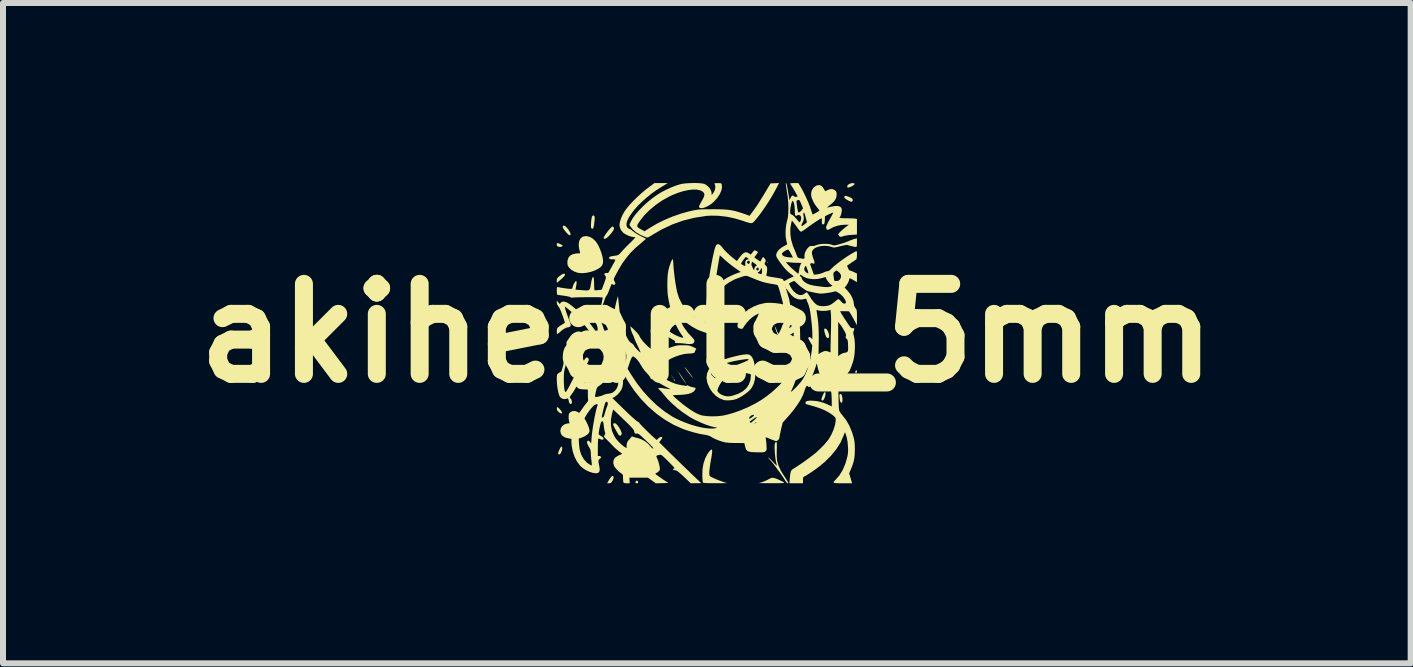
<source format=kicad_pcb>
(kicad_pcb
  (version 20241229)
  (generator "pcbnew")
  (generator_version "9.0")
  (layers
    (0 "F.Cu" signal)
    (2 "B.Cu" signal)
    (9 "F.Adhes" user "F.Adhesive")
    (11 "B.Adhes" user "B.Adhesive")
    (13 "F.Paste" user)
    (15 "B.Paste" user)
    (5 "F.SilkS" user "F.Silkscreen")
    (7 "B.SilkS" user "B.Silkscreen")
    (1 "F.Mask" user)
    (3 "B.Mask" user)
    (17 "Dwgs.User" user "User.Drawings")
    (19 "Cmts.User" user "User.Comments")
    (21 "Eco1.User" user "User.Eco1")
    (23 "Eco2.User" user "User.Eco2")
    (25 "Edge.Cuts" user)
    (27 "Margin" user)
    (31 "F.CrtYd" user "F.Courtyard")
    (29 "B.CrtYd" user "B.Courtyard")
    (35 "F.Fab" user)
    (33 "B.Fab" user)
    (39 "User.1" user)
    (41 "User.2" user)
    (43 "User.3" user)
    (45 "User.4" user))
  (footprint "akihearts_5mm"
    (layer "F.Cu")
    (at 8.729 2.502)
    (property "Reference" "akihearts_5mm" (at 0 0 0) (layer "F.SilkS") (effects (font (size 1.5 1.5) (thickness 0.3))))
    (attr board_only exclude_from_pos_files exclude_from_bom)
    (fp_poly (pts (xy -0.586 0.699) (xy -0.591 0.703) (xy -0.596 0.699) (xy -0.591 0.694)) (stroke (width 0) (type solid)) (fill yes) (layer "F.SilkS"))
    (fp_poly (pts (xy -0.576 0.718) (xy -0.581 0.723) (xy -0.586 0.718) (xy -0.581 0.713)) (stroke (width 0) (type solid)) (fill yes) (layer "F.SilkS"))
    (fp_poly (pts (xy -0.479 0.63) (xy -0.484 0.635) (xy -0.488 0.63) (xy -0.484 0.625)) (stroke (width 0) (type solid)) (fill yes) (layer "F.SilkS"))
    (fp_poly (pts (xy 1.133 -0.132) (xy 1.128 -0.127) (xy 1.123 -0.132) (xy 1.128 -0.137)) (stroke (width 0) (type solid)) (fill yes) (layer "F.SilkS"))
    (fp_poly (pts (xy 1.241 -0.181) (xy 1.236 -0.176) (xy 1.231 -0.181) (xy 1.236 -0.186)) (stroke (width 0) (type solid)) (fill yes) (layer "F.SilkS"))
    (fp_poly (pts (xy 1.25 -0.161) (xy 1.246 -0.156) (xy 1.241 -0.161) (xy 1.246 -0.166)) (stroke (width 0) (type solid)) (fill yes) (layer "F.SilkS"))
    (fp_poly (pts (xy -0.568 0.737) (xy -0.558 0.746) (xy -0.557 0.748) (xy -0.561 0.752) (xy -0.571 0.743) (xy -0.572 0.741) (xy -0.574 0.734)) (stroke (width 0) (type solid)) (fill yes) (layer "F.SilkS"))
    (fp_poly (pts (xy 1.005 -1.188) (xy 1.015 -1.179) (xy 1.016 -1.177) (xy 1.011 -1.173) (xy 1.002 -1.182) (xy 1 -1.184) (xy 0.999 -1.19)) (stroke (width 0) (type solid)) (fill yes) (layer "F.SilkS"))
    (fp_poly (pts (xy -0.545 0.769) (xy -0.537 0.782) (xy -0.531 0.797) (xy -0.532 0.801) (xy -0.54 0.794) (xy -0.547 0.782) (xy -0.553 0.766) (xy -0.553 0.762)) (stroke (width 0) (type solid)) (fill yes) (layer "F.SilkS"))
    (fp_poly (pts (xy 2.499 0.627) (xy 2.501 0.639) (xy 2.496 0.66) (xy 2.486 0.664) (xy 2.474 0.657) (xy 2.473 0.643) (xy 2.481 0.623) (xy 2.491 0.618)) (stroke (width 0) (type solid)) (fill yes) (layer "F.SilkS"))
    (fp_poly (pts (xy -1.15 2.465) (xy -1.145 2.479) (xy -1.146 2.495) (xy -1.16 2.501) (xy -1.167 2.501) (xy -1.186 2.498) (xy -1.191 2.486) (xy -1.19 2.479) (xy -1.18 2.461) (xy -1.167 2.457)) (stroke (width 0) (type solid)) (fill yes) (layer "F.SilkS"))
    (fp_poly (pts (xy -2.482 1.237) (xy -2.463 1.254) (xy -2.449 1.268) (xy -2.425 1.298) (xy -2.414 1.321) (xy -2.416 1.335) (xy -2.429 1.338) (xy -2.453 1.326) (xy -2.471 1.313) (xy -2.494 1.286) (xy -2.501 1.259) (xy -2.499 1.239) (xy -2.493 1.231)) (stroke (width 0) (type solid)) (fill yes) (layer "F.SilkS"))
    (fp_poly (pts (xy -1.554 2.395) (xy -1.557 2.423) (xy -1.573 2.461) (xy -1.575 2.463) (xy -1.591 2.487) (xy -1.607 2.498) (xy -1.629 2.501) (xy -1.662 2.501) (xy -1.641 2.463) (xy -1.615 2.421) (xy -1.592 2.392) (xy -1.574 2.378) (xy -1.565 2.378)) (stroke (width 0) (type solid)) (fill yes) (layer "F.SilkS"))
    (fp_poly (pts (xy 0.546 -0.35) (xy 0.544 -0.341) (xy 0.534 -0.323) (xy 0.514 -0.293) (xy 0.512 -0.29) (xy 0.494 -0.265) (xy 0.484 -0.256) (xy 0.484 -0.264) (xy 0.493 -0.287) (xy 0.507 -0.313) (xy 0.523 -0.336) (xy 0.536 -0.35) (xy 0.54 -0.352)) (stroke (width 0) (type solid)) (fill yes) (layer "F.SilkS"))
    (fp_poly (pts (xy -2.411 1.901) (xy -2.41 1.926) (xy -2.417 1.958) (xy -2.428 1.987) (xy -2.444 2.012) (xy -2.46 2.022) (xy -2.474 2.016) (xy -2.477 2.009) (xy -2.477 1.993) (xy -2.469 1.967) (xy -2.457 1.939) (xy -2.443 1.912) (xy -2.43 1.894) (xy -2.42 1.888)) (stroke (width 0) (type solid)) (fill yes) (layer "F.SilkS"))
    (fp_poly (pts (xy 2.452 -2.498) (xy 2.462 -2.489) (xy 2.462 -2.486) (xy 2.453 -2.473) (xy 2.431 -2.457) (xy 2.401 -2.441) (xy 2.367 -2.428) (xy 2.347 -2.427) (xy 2.338 -2.438) (xy 2.34 -2.457) (xy 2.357 -2.476) (xy 2.383 -2.491) (xy 2.413 -2.5) (xy 2.425 -2.501)) (stroke (width 0) (type solid)) (fill yes) (layer "F.SilkS"))
    (fp_poly (pts (xy -2.479 -1.499) (xy -2.449 -1.488) (xy -2.423 -1.474) (xy -2.406 -1.462) (xy -2.403 -1.456) (xy -2.411 -1.446) (xy -2.43 -1.439) (xy -2.446 -1.437) (xy -2.464 -1.44) (xy -2.479 -1.443) (xy -2.495 -1.451) (xy -2.501 -1.471) (xy -2.501 -1.476) (xy -2.499 -1.497) (xy -2.491 -1.502)) (stroke (width 0) (type solid)) (fill yes) (layer "F.SilkS"))
    (fp_poly (pts (xy 1.676 0.463) (xy 1.686 0.472) (xy 1.689 0.476) (xy 1.693 0.497) (xy 1.681 0.51) (xy 1.65 0.517) (xy 1.624 0.518) (xy 1.59 0.516) (xy 1.572 0.51) (xy 1.566 0.502) (xy 1.565 0.487) (xy 1.576 0.476) (xy 1.602 0.468) (xy 1.628 0.464) (xy 1.659 0.461)) (stroke (width 0) (type solid)) (fill yes) (layer "F.SilkS"))
    (fp_poly (pts (xy 2.237 1.016) (xy 2.249 1.036) (xy 2.257 1.073) (xy 2.26 1.107) (xy 2.258 1.141) (xy 2.251 1.158) (xy 2.238 1.158) (xy 2.228 1.149) (xy 2.22 1.131) (xy 2.214 1.102) (xy 2.211 1.076) (xy 2.209 1.043) (xy 2.211 1.024) (xy 2.218 1.015) (xy 2.222 1.013)) (stroke (width 0) (type solid)) (fill yes) (layer "F.SilkS"))
    (fp_poly (pts (xy 2.433 0.833) (xy 2.449 0.835) (xy 2.477 0.84) (xy 2.495 0.844) (xy 2.499 0.845) (xy 2.5 0.856) (xy 2.499 0.878) (xy 2.499 0.879) (xy 2.496 0.909) (xy 2.452 0.887) (xy 2.426 0.87) (xy 2.408 0.854) (xy 2.405 0.846) (xy 2.405 0.836) (xy 2.412 0.831)) (stroke (width 0) (type solid)) (fill yes) (layer "F.SilkS"))
    (fp_poly (pts (xy -2.37 -1.79) (xy -2.347 -1.772) (xy -2.317 -1.738) (xy -2.301 -1.716) (xy -2.279 -1.678) (xy -2.27 -1.651) (xy -2.276 -1.635) (xy -2.289 -1.631) (xy -2.301 -1.638) (xy -2.322 -1.657) (xy -2.347 -1.684) (xy -2.353 -1.691) (xy -2.384 -1.731) (xy -2.4 -1.761) (xy -2.401 -1.781) (xy -2.39 -1.791)) (stroke (width 0) (type solid)) (fill yes) (layer "F.SilkS"))
    (fp_poly (pts (xy -2.364 -0.976) (xy -2.364 -0.97) (xy -2.372 -0.956) (xy -2.393 -0.932) (xy -2.424 -0.902) (xy -2.465 -0.868) (xy -2.478 -0.857) (xy -2.501 -0.839) (xy -2.501 -0.877) (xy -2.498 -0.903) (xy -2.488 -0.923) (xy -2.464 -0.944) (xy -2.464 -0.944) (xy -2.422 -0.975) (xy -2.392 -0.991) (xy -2.372 -0.991)) (stroke (width 0) (type solid)) (fill yes) (layer "F.SilkS"))
    (fp_poly (pts (xy 1.973 0.983) (xy 1.978 0.998) (xy 1.976 1.024) (xy 1.969 1.058) (xy 1.966 1.066) (xy 1.952 1.099) (xy 1.936 1.119) (xy 1.922 1.124) (xy 1.91 1.113) (xy 1.909 1.111) (xy 1.91 1.095) (xy 1.918 1.069) (xy 1.93 1.038) (xy 1.944 1.009) (xy 1.956 0.988) (xy 1.962 0.983)) (stroke (width 0) (type solid)) (fill yes) (layer "F.SilkS"))
    (fp_poly (pts (xy 1.991 -0.069) (xy 2.009 -0.047) (xy 2.024 -0.016) (xy 2.034 0.018) (xy 2.038 0.049) (xy 2.034 0.071) (xy 2.03 0.076) (xy 2.014 0.082) (xy 1.999 0.075) (xy 1.988 0.06) (xy 1.976 0.032) (xy 1.965 -0.003) (xy 1.957 -0.036) (xy 1.954 -0.061) (xy 1.962 -0.075) (xy 1.973 -0.078)) (stroke (width 0) (type solid)) (fill yes) (layer "F.SilkS"))
    (fp_poly (pts (xy -0.472 0.65) (xy -0.462 0.662) (xy -0.446 0.685) (xy -0.425 0.715) (xy -0.403 0.748) (xy -0.381 0.781) (xy -0.363 0.81) (xy -0.35 0.831) (xy -0.346 0.84) (xy -0.346 0.84) (xy -0.353 0.833) (xy -0.368 0.813) (xy -0.388 0.785) (xy -0.393 0.779) (xy -0.418 0.743) (xy -0.44 0.708) (xy -0.458 0.679) (xy -0.47 0.658) (xy -0.475 0.648)) (stroke (width 0) (type solid)) (fill yes) (layer "F.SilkS"))
    (fp_poly (pts (xy -0.361 0.574) (xy -0.345 0.593) (xy -0.324 0.619) (xy -0.3 0.65) (xy -0.277 0.681) (xy -0.257 0.708) (xy -0.243 0.727) (xy -0.241 0.73) (xy -0.237 0.741) (xy -0.238 0.742) (xy -0.245 0.735) (xy -0.261 0.716) (xy -0.284 0.687) (xy -0.3 0.667) (xy -0.332 0.625) (xy -0.353 0.596) (xy -0.366 0.578) (xy -0.37 0.569) (xy -0.368 0.567)) (stroke (width 0) (type solid)) (fill yes) (layer "F.SilkS"))
    (fp_poly (pts (xy 2.342 -2.281) (xy 2.358 -2.275) (xy 2.388 -2.262) (xy 2.412 -2.25) (xy 2.42 -2.245) (xy 2.431 -2.226) (xy 2.43 -2.206) (xy 2.417 -2.194) (xy 2.408 -2.191) (xy 2.401 -2.19) (xy 2.391 -2.193) (xy 2.372 -2.203) (xy 2.354 -2.212) (xy 2.315 -2.235) (xy 2.294 -2.254) (xy 2.29 -2.27) (xy 2.295 -2.281) (xy 2.305 -2.288) (xy 2.318 -2.288)) (stroke (width 0) (type solid)) (fill yes) (layer "F.SilkS"))
    (fp_poly (pts (xy -1.882 -1.96) (xy -1.87 -1.941) (xy -1.87 -1.939) (xy -1.869 -1.918) (xy -1.871 -1.885) (xy -1.875 -1.846) (xy -1.88 -1.806) (xy -1.887 -1.772) (xy -1.892 -1.752) (xy -1.904 -1.74) (xy -1.92 -1.743) (xy -1.929 -1.756) (xy -1.931 -1.774) (xy -1.931 -1.806) (xy -1.929 -1.845) (xy -1.925 -1.885) (xy -1.92 -1.92) (xy -1.915 -1.943) (xy -1.913 -1.947) (xy -1.898 -1.962)) (stroke (width 0) (type solid)) (fill yes) (layer "F.SilkS"))
    (fp_poly (pts (xy -1.561 -1.771) (xy -1.553 -1.763) (xy -1.547 -1.743) (xy -1.557 -1.715) (xy -1.583 -1.677) (xy -1.624 -1.629) (xy -1.626 -1.627) (xy -1.658 -1.596) (xy -1.686 -1.577) (xy -1.706 -1.572) (xy -1.718 -1.58) (xy -1.719 -1.59) (xy -1.713 -1.606) (xy -1.698 -1.632) (xy -1.676 -1.665) (xy -1.65 -1.699) (xy -1.624 -1.731) (xy -1.6 -1.757) (xy -1.582 -1.774) (xy -1.574 -1.778)) (stroke (width 0) (type solid)) (fill yes) (layer "F.SilkS"))
    (fp_poly (pts (xy 1.123 2.414) (xy 1.155 2.424) (xy 1.196 2.441) (xy 1.239 2.462) (xy 1.277 2.482) (xy 1.29 2.491) (xy 1.287 2.494) (xy 1.269 2.497) (xy 1.233 2.499) (xy 1.18 2.5) (xy 1.108 2.5) (xy 1.084 2.5) (xy 0.865 2.499) (xy 0.92 2.482) (xy 0.962 2.466) (xy 1.007 2.446) (xy 1.029 2.434) (xy 1.06 2.418) (xy 1.083 2.41) (xy 1.104 2.41)) (stroke (width 0) (type solid)) (fill yes) (layer "F.SilkS"))
    (fp_poly (pts (xy -1.517 1.507) (xy -1.511 1.512) (xy -1.487 1.538) (xy -1.462 1.573) (xy -1.44 1.61) (xy -1.425 1.645) (xy -1.418 1.671) (xy -1.419 1.675) (xy -1.427 1.7) (xy -1.444 1.708) (xy -1.463 1.702) (xy -1.473 1.69) (xy -1.488 1.665) (xy -1.507 1.633) (xy -1.527 1.597) (xy -1.545 1.563) (xy -1.557 1.535) (xy -1.563 1.519) (xy -1.563 1.518) (xy -1.556 1.504) (xy -1.538 1.5)) (stroke (width 0) (type solid)) (fill yes) (layer "F.SilkS"))
    (fp_poly (pts (xy 0.088 1.954) (xy 0.088 1.984) (xy 0.082 2.032) (xy 0.071 2.098) (xy 0.067 2.115) (xy 0.058 2.168) (xy 0.05 2.225) (xy 0.044 2.275) (xy 0.042 2.291) (xy 0.04 2.331) (xy 0.041 2.357) (xy 0.045 2.372) (xy 0.053 2.383) (xy 0.055 2.385) (xy 0.074 2.397) (xy 0.107 2.413) (xy 0.15 2.432) (xy 0.199 2.452) (xy 0.25 2.471) (xy 0.283 2.482) (xy 0.337 2.499) (xy 0.14 2.5) (xy 0.068 2.5) (xy 0.014 2.499) (xy -0.025 2.497) (xy -0.05 2.495) (xy -0.063 2.491) (xy -0.065 2.489) (xy -0.069 2.474) (xy -0.072 2.445) (xy -0.075 2.406) (xy -0.076 2.379) (xy -0.073 2.273) (xy -0.057 2.174) (xy -0.027 2.084) (xy 0.014 2.007) (xy 0.027 1.988) (xy 0.052 1.957) (xy 0.071 1.941) (xy 0.083 1.939)) (stroke (width 0) (type solid)) (fill yes) (layer "F.SilkS"))
    (fp_poly (pts (xy -1.957 -1.607) (xy -1.907 -1.58) (xy -1.861 -1.539) (xy -1.831 -1.5) (xy -1.806 -1.456) (xy -1.781 -1.401) (xy -1.759 -1.342) (xy -1.742 -1.283) (xy -1.732 -1.232) (xy -1.729 -1.204) (xy -1.733 -1.161) (xy -1.747 -1.128) (xy -1.773 -1.099) (xy -1.806 -1.076) (xy -1.863 -1.046) (xy -1.93 -1.023) (xy -2 -1.007) (xy -2.069 -1) (xy -2.13 -1.003) (xy -2.152 -1.007) (xy -2.209 -1.027) (xy -2.258 -1.056) (xy -2.296 -1.092) (xy -2.319 -1.131) (xy -2.321 -1.139) (xy -2.324 -1.164) (xy -2.323 -1.197) (xy -2.323 -1.208) (xy -2.308 -1.255) (xy -2.279 -1.292) (xy -2.235 -1.316) (xy -2.179 -1.328) (xy -2.158 -1.329) (xy -2.129 -1.329) (xy -2.115 -1.332) (xy -2.112 -1.34) (xy -2.115 -1.351) (xy -2.132 -1.424) (xy -2.135 -1.487) (xy -2.126 -1.54) (xy -2.104 -1.58) (xy -2.07 -1.607) (xy -2.057 -1.612) (xy -2.008 -1.618)) (stroke (width 0) (type solid)) (fill yes) (layer "F.SilkS"))
    (fp_poly (pts (xy 1.16 1.816) (xy 1.164 1.828) (xy 1.166 1.854) (xy 1.166 1.895) (xy 1.166 1.9) (xy 1.165 1.949) (xy 1.164 2) (xy 1.164 2.043) (xy 1.164 2.05) (xy 1.171 2.126) (xy 1.194 2.207) (xy 1.231 2.288) (xy 1.264 2.343) (xy 1.294 2.389) (xy 1.321 2.43) (xy 1.341 2.464) (xy 1.354 2.487) (xy 1.358 2.497) (xy 1.35 2.501) (xy 1.344 2.501) (xy 1.332 2.493) (xy 1.316 2.472) (xy 1.301 2.45) (xy 1.28 2.415) (xy 1.25 2.37) (xy 1.214 2.319) (xy 1.174 2.265) (xy 1.135 2.212) (xy 1.099 2.166) (xy 1.069 2.129) (xy 1.057 2.116) (xy 1.037 2.093) (xy 1.025 2.077) (xy 1.024 2.071) (xy 1.034 2.078) (xy 1.054 2.096) (xy 1.08 2.122) (xy 1.096 2.139) (xy 1.124 2.169) (xy 1.147 2.192) (xy 1.161 2.206) (xy 1.165 2.208) (xy 1.165 2.199) (xy 1.161 2.178) (xy 1.156 2.161) (xy 1.149 2.129) (xy 1.142 2.084) (xy 1.136 2.031) (xy 1.132 1.976) (xy 1.129 1.925) (xy 1.129 1.881) (xy 1.131 1.85) (xy 1.132 1.846) (xy 1.14 1.822) (xy 1.152 1.812) (xy 1.153 1.812)) (stroke (width 0) (type solid)) (fill yes) (layer "F.SilkS"))
    (fp_poly (pts (xy 0.714 0.361) (xy 0.745 0.388) (xy 0.771 0.434) (xy 0.79 0.497) (xy 0.802 0.577) (xy 0.803 0.579) (xy 0.808 0.68) (xy 0.801 0.767) (xy 0.782 0.841) (xy 0.75 0.905) (xy 0.718 0.947) (xy 0.683 0.979) (xy 0.637 1.014) (xy 0.586 1.049) (xy 0.535 1.078) (xy 0.495 1.096) (xy 0.446 1.11) (xy 0.39 1.118) (xy 0.333 1.12) (xy 0.286 1.115) (xy 0.281 1.113) (xy 0.212 1.086) (xy 0.148 1.043) (xy 0.092 0.985) (xy 0.073 0.957) (xy 0.176 0.957) (xy 0.185 0.979) (xy 0.208 1.003) (xy 0.242 1.024) (xy 0.282 1.041) (xy 0.303 1.046) (xy 0.339 1.052) (xy 0.368 1.053) (xy 0.4 1.048) (xy 0.435 1.04) (xy 0.525 1.009) (xy 0.6 0.968) (xy 0.658 0.917) (xy 0.699 0.857) (xy 0.724 0.787) (xy 0.729 0.749) (xy 0.735 0.685) (xy 0.693 0.674) (xy 0.663 0.668) (xy 0.621 0.664) (xy 0.575 0.662) (xy 0.562 0.662) (xy 0.472 0.67) (xy 0.392 0.692) (xy 0.321 0.73) (xy 0.291 0.755) (xy 0.26 0.792) (xy 0.229 0.835) (xy 0.203 0.879) (xy 0.185 0.92) (xy 0.176 0.953) (xy 0.176 0.957) (xy 0.073 0.957) (xy 0.046 0.917) (xy 0.013 0.84) (xy 0.004 0.812) (xy -0.006 0.739) (xy 0.002 0.676) (xy 0.073 0.676) (xy 0.074 0.689) (xy 0.086 0.705) (xy 0.099 0.719) (xy 0.126 0.743) (xy 0.145 0.751) (xy 0.157 0.743) (xy 0.16 0.737) (xy 0.164 0.716) (xy 0.166 0.689) (xy 0.166 0.689) (xy 0.166 0.68) (xy 0.167 0.673) (xy 0.17 0.666) (xy 0.177 0.659) (xy 0.19 0.651) (xy 0.21 0.641) (xy 0.24 0.628) (xy 0.28 0.612) (xy 0.333 0.592) (xy 0.4 0.567) (xy 0.483 0.536) (xy 0.53 0.518) (xy 0.592 0.494) (xy 0.641 0.473) (xy 0.675 0.457) (xy 0.692 0.446) (xy 0.694 0.443) (xy 0.693 0.437) (xy 0.689 0.433) (xy 0.679 0.431) (xy 0.659 0.432) (xy 0.627 0.436) (xy 0.579 0.443) (xy 0.569 0.444) (xy 0.448 0.466) (xy 0.342 0.493) (xy 0.252 0.525) (xy 0.178 0.563) (xy 0.122 0.605) (xy 0.085 0.652) (xy 0.081 0.658) (xy 0.073 0.676) (xy 0.002 0.676) (xy 0.003 0.671) (xy 0.03 0.609) (xy 0.076 0.554) (xy 0.139 0.505) (xy 0.182 0.48) (xy 0.236 0.457) (xy 0.301 0.433) (xy 0.375 0.41) (xy 0.452 0.39) (xy 0.527 0.372) (xy 0.596 0.359) (xy 0.654 0.353) (xy 0.676 0.352)) (stroke (width 0) (type solid)) (fill yes) (layer "F.SilkS"))
    (fp_poly (pts (xy -0.171 -2.502) (xy -0.116 -2.499) (xy -0.071 -2.494) (xy -0.04 -2.487) (xy -0.036 -2.485) (xy 0.014 -2.452) (xy 0.051 -2.411) (xy 0.073 -2.366) (xy 0.079 -2.333) (xy 0.079 -2.301) (xy 0.102 -2.329) (xy 0.126 -2.368) (xy 0.139 -2.41) (xy 0.141 -2.449) (xy 0.137 -2.465) (xy 0.13 -2.486) (xy 0.127 -2.497) (xy 0.136 -2.499) (xy 0.159 -2.5) (xy 0.185 -2.501) (xy 0.217 -2.5) (xy 0.235 -2.497) (xy 0.244 -2.489) (xy 0.248 -2.475) (xy 0.252 -2.426) (xy 0.239 -2.37) (xy 0.212 -2.312) (xy 0.173 -2.253) (xy 0.123 -2.197) (xy 0.089 -2.166) (xy 0.043 -2.133) (xy -0.004 -2.108) (xy -0.048 -2.09) (xy -0.086 -2.083) (xy -0.114 -2.086) (xy -0.126 -2.094) (xy -0.13 -2.104) (xy -0.129 -2.117) (xy -0.12 -2.138) (xy -0.103 -2.171) (xy -0.089 -2.196) (xy -0.062 -2.245) (xy -0.046 -2.282) (xy -0.041 -2.31) (xy -0.046 -2.332) (xy -0.062 -2.352) (xy -0.068 -2.358) (xy -0.109 -2.38) (xy -0.164 -2.392) (xy -0.231 -2.394) (xy -0.307 -2.385) (xy -0.391 -2.367) (xy -0.48 -2.34) (xy -0.572 -2.303) (xy -0.63 -2.276) (xy -0.744 -2.212) (xy -0.854 -2.136) (xy -0.955 -2.052) (xy -1.044 -1.962) (xy -1.113 -1.874) (xy -1.142 -1.833) (xy -1.158 -1.803) (xy -1.161 -1.782) (xy -1.151 -1.764) (xy -1.126 -1.746) (xy -1.088 -1.725) (xy -1.039 -1.698) (xy -0.954 -1.753) (xy -0.839 -1.821) (xy -0.711 -1.885) (xy -0.573 -1.943) (xy -0.433 -1.992) (xy -0.295 -2.03) (xy -0.254 -2.039) (xy -0.213 -2.048) (xy -0.177 -2.054) (xy -0.143 -2.059) (xy -0.106 -2.062) (xy -0.062 -2.064) (xy -0.009 -2.065) (xy 0.058 -2.065) (xy 0.098 -2.066) (xy 0.195 -2.065) (xy 0.276 -2.062) (xy 0.347 -2.057) (xy 0.41 -2.048) (xy 0.471 -2.035) (xy 0.532 -2.018) (xy 0.6 -1.996) (xy 0.62 -1.989) (xy 0.711 -1.956) (xy 0.76 -2.021) (xy 0.79 -2.062) (xy 0.817 -2.1) (xy 0.844 -2.139) (xy 0.872 -2.183) (xy 0.903 -2.234) (xy 0.942 -2.296) (xy 0.968 -2.34) (xy 1.062 -2.496) (xy 1.133 -2.499) (xy 1.203 -2.502) (xy 1.151 -2.401) (xy 1.102 -2.312) (xy 1.046 -2.219) (xy 0.987 -2.127) (xy 0.927 -2.039) (xy 0.868 -1.959) (xy 0.813 -1.891) (xy 0.785 -1.859) (xy 0.77 -1.845) (xy 0.757 -1.837) (xy 0.74 -1.833) (xy 0.717 -1.836) (xy 0.685 -1.844) (xy 0.64 -1.858) (xy 0.594 -1.874) (xy 0.463 -1.913) (xy 0.329 -1.941) (xy 0.196 -1.956) (xy 0.07 -1.959) (xy -0.01 -1.954) (xy -0.208 -1.923) (xy -0.397 -1.876) (xy -0.578 -1.811) (xy -0.752 -1.729) (xy -0.883 -1.653) (xy -0.922 -1.629) (xy -0.955 -1.61) (xy -0.979 -1.597) (xy -0.99 -1.593) (xy -1.006 -1.597) (xy -1.031 -1.605) (xy -1.036 -1.607) (xy -1.113 -1.641) (xy -1.181 -1.683) (xy -1.235 -1.73) (xy -1.267 -1.769) (xy -1.291 -1.806) (xy -1.271 -1.852) (xy -1.238 -1.912) (xy -1.19 -1.978) (xy -1.129 -2.048) (xy -1.06 -2.119) (xy -0.984 -2.188) (xy -0.904 -2.252) (xy -0.822 -2.31) (xy -0.765 -2.345) (xy -0.693 -2.383) (xy -0.615 -2.419) (xy -0.536 -2.452) (xy -0.464 -2.476) (xy -0.447 -2.481) (xy -0.406 -2.49) (xy -0.353 -2.496) (xy -0.294 -2.5) (xy -0.231 -2.502)) (stroke (width 0) (type solid)) (fill yes) (layer "F.SilkS"))
    (fp_poly (pts (xy -0.753 -2.44) (xy -0.842 -2.383) (xy -0.927 -2.322) (xy -1.007 -2.257) (xy -1.081 -2.191) (xy -1.149 -2.124) (xy -1.208 -2.058) (xy -1.257 -1.994) (xy -1.297 -1.934) (xy -1.324 -1.88) (xy -1.339 -1.831) (xy -1.339 -1.791) (xy -1.325 -1.76) (xy -1.324 -1.759) (xy -1.306 -1.744) (xy -1.292 -1.739) (xy -1.278 -1.733) (xy -1.254 -1.717) (xy -1.232 -1.699) (xy -1.202 -1.676) (xy -1.161 -1.65) (xy -1.117 -1.626) (xy -1.102 -1.618) (xy -1.065 -1.6) (xy -1.037 -1.585) (xy -1.019 -1.575) (xy -1.016 -1.572) (xy -1.023 -1.564) (xy -1.043 -1.547) (xy -1.071 -1.523) (xy -1.101 -1.497) (xy -1.192 -1.419) (xy -1.272 -1.339) (xy -1.343 -1.255) (xy -1.409 -1.163) (xy -1.472 -1.058) (xy -1.52 -0.968) (xy -1.538 -0.933) (xy -1.548 -0.91) (xy -1.551 -0.894) (xy -1.548 -0.881) (xy -1.541 -0.867) (xy -1.529 -0.844) (xy -1.524 -0.826) (xy -1.524 -0.826) (xy -1.532 -0.812) (xy -1.549 -0.805) (xy -1.566 -0.81) (xy -1.567 -0.811) (xy -1.58 -0.82) (xy -1.584 -0.821) (xy -1.59 -0.812) (xy -1.6 -0.789) (xy -1.614 -0.755) (xy -1.623 -0.731) (xy -1.638 -0.691) (xy -1.653 -0.656) (xy -1.666 -0.633) (xy -1.671 -0.626) (xy -1.685 -0.607) (xy -1.697 -0.579) (xy -1.7 -0.572) (xy -1.718 -0.516) (xy -1.735 -0.473) (xy -1.748 -0.444) (xy -1.758 -0.43) (xy -1.759 -0.43) (xy -1.765 -0.438) (xy -1.764 -0.452) (xy -1.759 -0.474) (xy -1.752 -0.506) (xy -1.748 -0.523) (xy -1.742 -0.554) (xy -1.736 -0.579) (xy -1.734 -0.586) (xy -1.734 -0.591) (xy -1.741 -0.594) (xy -1.755 -0.597) (xy -1.78 -0.598) (xy -1.816 -0.6) (xy -1.867 -0.6) (xy -1.934 -0.6) (xy -1.977 -0.6) (xy -2.045 -0.599) (xy -2.108 -0.599) (xy -2.162 -0.597) (xy -2.204 -0.596) (xy -2.233 -0.594) (xy -2.243 -0.592) (xy -2.263 -0.592) (xy -2.271 -0.598) (xy -2.285 -0.605) (xy -2.316 -0.613) (xy -2.359 -0.621) (xy -2.383 -0.624) (xy -2.426 -0.63) (xy -2.462 -0.635) (xy -2.486 -0.639) (xy -2.493 -0.641) (xy -2.497 -0.653) (xy -2.5 -0.678) (xy -2.501 -0.71) (xy -2.5 -0.744) (xy -2.498 -0.762) (xy -2.492 -0.769) (xy -2.484 -0.768) (xy -2.468 -0.765) (xy -2.437 -0.759) (xy -2.396 -0.753) (xy -2.36 -0.747) (xy -2.309 -0.741) (xy -2.275 -0.738) (xy -2.253 -0.74) (xy -2.242 -0.747) (xy -2.238 -0.759) (xy -2.237 -0.765) (xy -2.233 -0.785) (xy -2.222 -0.811) (xy -2.207 -0.838) (xy -2.193 -0.859) (xy -2.182 -0.869) (xy -2.181 -0.869) (xy -2.173 -0.864) (xy -2.17 -0.847) (xy -2.173 -0.816) (xy -2.181 -0.769) (xy -2.184 -0.756) (xy -2.19 -0.725) (xy -2.099 -0.718) (xy -2.043 -0.714) (xy -2.002 -0.712) (xy -1.975 -0.715) (xy -1.958 -0.725) (xy -1.948 -0.742) (xy -1.941 -0.769) (xy -1.934 -0.808) (xy -1.933 -0.811) (xy -1.924 -0.865) (xy -1.915 -0.901) (xy -1.908 -0.924) (xy -1.9 -0.934) (xy -1.892 -0.935) (xy -1.892 -0.935) (xy -1.886 -0.923) (xy -1.882 -0.893) (xy -1.879 -0.846) (xy -1.879 -0.826) (xy -1.878 -0.783) (xy -1.876 -0.747) (xy -1.874 -0.724) (xy -1.872 -0.716) (xy -1.861 -0.715) (xy -1.835 -0.715) (xy -1.809 -0.718) (xy -1.752 -0.725) (xy -1.716 -0.821) (xy -1.699 -0.868) (xy -1.688 -0.901) (xy -1.683 -0.923) (xy -1.683 -0.938) (xy -1.688 -0.949) (xy -1.696 -0.959) (xy -1.708 -0.981) (xy -1.703 -0.997) (xy -1.683 -1.004) (xy -1.672 -1.003) (xy -1.65 -1.002) (xy -1.636 -1.014) (xy -1.631 -1.024) (xy -1.62 -1.044) (xy -1.602 -1.076) (xy -1.581 -1.113) (xy -1.571 -1.132) (xy -1.551 -1.168) (xy -1.535 -1.198) (xy -1.526 -1.218) (xy -1.524 -1.223) (xy -1.533 -1.227) (xy -1.555 -1.23) (xy -1.573 -1.231) (xy -1.606 -1.233) (xy -1.624 -1.24) (xy -1.628 -1.246) (xy -1.63 -1.261) (xy -1.622 -1.271) (xy -1.6 -1.279) (xy -1.562 -1.287) (xy -1.543 -1.289) (xy -1.505 -1.295) (xy -1.481 -1.302) (xy -1.462 -1.313) (xy -1.445 -1.331) (xy -1.432 -1.346) (xy -1.411 -1.37) (xy -1.379 -1.404) (xy -1.341 -1.443) (xy -1.301 -1.483) (xy -1.293 -1.491) (xy -1.257 -1.526) (xy -1.227 -1.557) (xy -1.205 -1.58) (xy -1.193 -1.594) (xy -1.192 -1.596) (xy -1.2 -1.6) (xy -1.221 -1.602) (xy -1.221 -1.602) (xy -1.259 -1.608) (xy -1.306 -1.624) (xy -1.352 -1.646) (xy -1.391 -1.671) (xy -1.398 -1.678) (xy -1.434 -1.723) (xy -1.453 -1.776) (xy -1.456 -1.809) (xy -1.45 -1.849) (xy -1.435 -1.9) (xy -1.412 -1.956) (xy -1.383 -2.011) (xy -1.367 -2.037) (xy -1.331 -2.086) (xy -1.282 -2.144) (xy -1.224 -2.206) (xy -1.16 -2.269) (xy -1.093 -2.33) (xy -1.027 -2.386) (xy -0.982 -2.421) (xy -0.874 -2.501) (xy -0.763 -2.501) (xy -0.652 -2.501)) (stroke (width 0) (type solid)) (fill yes) (layer "F.SilkS"))
    (fp_poly (pts (xy 1.325 -2.494) (xy 1.331 -2.475) (xy 1.338 -2.442) (xy 1.347 -2.393) (xy 1.353 -2.358) (xy 1.361 -2.309) (xy 1.368 -2.267) (xy 1.374 -2.236) (xy 1.377 -2.219) (xy 1.377 -2.218) (xy 1.381 -2.222) (xy 1.389 -2.24) (xy 1.391 -2.246) (xy 1.407 -2.277) (xy 1.424 -2.293) (xy 1.442 -2.291) (xy 1.45 -2.283) (xy 1.468 -2.271) (xy 1.489 -2.272) (xy 1.514 -2.278) (xy 1.478 -2.343) (xy 1.456 -2.382) (xy 1.433 -2.421) (xy 1.415 -2.449) (xy 1.399 -2.473) (xy 1.389 -2.491) (xy 1.387 -2.495) (xy 1.396 -2.498) (xy 1.42 -2.5) (xy 1.453 -2.501) (xy 1.455 -2.501) (xy 1.524 -2.501) (xy 1.55 -2.459) (xy 1.583 -2.403) (xy 1.619 -2.333) (xy 1.655 -2.258) (xy 1.689 -2.182) (xy 1.716 -2.112) (xy 1.724 -2.088) (xy 1.762 -1.976) (xy 1.819 -2.006) (xy 1.848 -2.023) (xy 1.868 -2.036) (xy 1.876 -2.044) (xy 1.87 -2.054) (xy 1.854 -2.074) (xy 1.838 -2.094) (xy 1.802 -2.142) (xy 1.771 -2.197) (xy 1.748 -2.252) (xy 1.739 -2.288) (xy 1.738 -2.34) (xy 1.752 -2.388) (xy 1.78 -2.428) (xy 1.819 -2.456) (xy 1.836 -2.463) (xy 1.872 -2.468) (xy 1.903 -2.459) (xy 1.93 -2.434) (xy 1.957 -2.392) (xy 1.97 -2.366) (xy 1.978 -2.368) (xy 1.998 -2.378) (xy 2.009 -2.383) (xy 2.056 -2.401) (xy 2.099 -2.4) (xy 2.135 -2.381) (xy 2.136 -2.38) (xy 2.153 -2.362) (xy 2.161 -2.342) (xy 2.163 -2.311) (xy 2.163 -2.308) (xy 2.156 -2.259) (xy 2.133 -2.214) (xy 2.093 -2.169) (xy 2.056 -2.139) (xy 2.03 -2.118) (xy 2.012 -2.102) (xy 2.005 -2.095) (xy 2.005 -2.094) (xy 2.016 -2.095) (xy 2.039 -2.1) (xy 2.062 -2.106) (xy 2.126 -2.118) (xy 2.178 -2.12) (xy 2.216 -2.11) (xy 2.24 -2.089) (xy 2.248 -2.066) (xy 2.248 -2.038) (xy 2.243 -2.005) (xy 2.235 -1.973) (xy 2.226 -1.949) (xy 2.221 -1.943) (xy 2.211 -1.932) (xy 2.212 -1.924) (xy 2.225 -1.919) (xy 2.254 -1.916) (xy 2.3 -1.915) (xy 2.324 -1.915) (xy 2.373 -1.914) (xy 2.417 -1.913) (xy 2.452 -1.911) (xy 2.47 -1.909) (xy 2.501 -1.903) (xy 2.501 -1.773) (xy 2.501 -1.644) (xy 2.411 -1.638) (xy 2.364 -1.634) (xy 2.318 -1.627) (xy 2.282 -1.619) (xy 2.273 -1.616) (xy 2.245 -1.607) (xy 2.228 -1.605) (xy 2.216 -1.61) (xy 2.207 -1.617) (xy 2.193 -1.635) (xy 2.188 -1.647) (xy 2.195 -1.659) (xy 2.215 -1.681) (xy 2.242 -1.708) (xy 2.276 -1.737) (xy 2.311 -1.766) (xy 2.329 -1.779) (xy 2.367 -1.807) (xy 2.298 -1.807) (xy 2.233 -1.802) (xy 2.167 -1.788) (xy 2.105 -1.766) (xy 2.058 -1.741) (xy 2.032 -1.726) (xy 2.014 -1.722) (xy 2.004 -1.726) (xy 1.991 -1.739) (xy 1.987 -1.757) (xy 1.991 -1.783) (xy 2.006 -1.819) (xy 2.031 -1.868) (xy 2.046 -1.895) (xy 2.069 -1.936) (xy 2.088 -1.972) (xy 2.101 -1.997) (xy 2.106 -2.01) (xy 2.106 -2.01) (xy 2.096 -2.008) (xy 2.073 -1.999) (xy 2.042 -1.985) (xy 2.035 -1.982) (xy 1.968 -1.949) (xy 1.966 -1.886) (xy 1.962 -1.844) (xy 1.954 -1.821) (xy 1.941 -1.812) (xy 1.927 -1.814) (xy 1.918 -1.825) (xy 1.916 -1.849) (xy 1.916 -1.867) (xy 1.917 -1.895) (xy 1.914 -1.912) (xy 1.911 -1.915) (xy 1.899 -1.909) (xy 1.874 -1.895) (xy 1.839 -1.873) (xy 1.798 -1.846) (xy 1.754 -1.816) (xy 1.71 -1.785) (xy 1.669 -1.755) (xy 1.659 -1.748) (xy 1.625 -1.723) (xy 1.595 -1.704) (xy 1.574 -1.692) (xy 1.568 -1.69) (xy 1.556 -1.698) (xy 1.537 -1.718) (xy 1.516 -1.745) (xy 1.516 -1.746) (xy 1.491 -1.782) (xy 1.484 -1.792) (xy 1.577 -1.792) (xy 1.583 -1.785) (xy 1.596 -1.79) (xy 1.618 -1.806) (xy 1.625 -1.812) (xy 1.668 -1.847) (xy 1.649 -1.922) (xy 1.639 -1.959) (xy 1.63 -1.988) (xy 1.623 -2.005) (xy 1.622 -2.006) (xy 1.613 -2.007) (xy 1.608 -1.995) (xy 1.607 -1.975) (xy 1.611 -1.953) (xy 1.612 -1.949) (xy 1.616 -1.915) (xy 1.609 -1.874) (xy 1.591 -1.835) (xy 1.587 -1.829) (xy 1.577 -1.807) (xy 1.577 -1.792) (xy 1.484 -1.792) (xy 1.465 -1.817) (xy 1.448 -1.84) (xy 1.418 -1.877) (xy 1.407 -1.84) (xy 1.391 -1.75) (xy 1.391 -1.654) (xy 1.405 -1.554) (xy 1.434 -1.457) (xy 1.442 -1.436) (xy 1.461 -1.392) (xy 1.478 -1.348) (xy 1.492 -1.312) (xy 1.495 -1.304) (xy 1.507 -1.275) (xy 1.519 -1.259) (xy 1.536 -1.251) (xy 1.55 -1.249) (xy 1.591 -1.242) (xy 1.615 -1.241) (xy 1.627 -1.246) (xy 1.629 -1.258) (xy 1.627 -1.265) (xy 1.626 -1.304) (xy 1.638 -1.349) (xy 1.661 -1.393) (xy 1.681 -1.419) (xy 1.705 -1.442) (xy 1.723 -1.452) (xy 1.741 -1.454) (xy 1.748 -1.452) (xy 1.785 -1.454) (xy 1.824 -1.467) (xy 1.865 -1.48) (xy 1.918 -1.487) (xy 1.974 -1.489) (xy 2.028 -1.486) (xy 2.072 -1.477) (xy 2.082 -1.473) (xy 2.099 -1.466) (xy 2.115 -1.463) (xy 2.134 -1.464) (xy 2.161 -1.47) (xy 2.201 -1.48) (xy 2.219 -1.485) (xy 2.266 -1.499) (xy 2.311 -1.514) (xy 2.346 -1.527) (xy 2.361 -1.534) (xy 2.397 -1.549) (xy 2.437 -1.564) (xy 2.451 -1.568) (xy 2.501 -1.581) (xy 2.501 -1.508) (xy 2.5 -1.471) (xy 2.498 -1.449) (xy 2.493 -1.439) (xy 2.484 -1.436) (xy 2.484 -1.436) (xy 2.463 -1.439) (xy 2.432 -1.445) (xy 2.398 -1.454) (xy 2.367 -1.462) (xy 2.347 -1.469) (xy 2.345 -1.47) (xy 2.331 -1.471) (xy 2.303 -1.467) (xy 2.265 -1.459) (xy 2.226 -1.45) (xy 2.18 -1.438) (xy 2.147 -1.431) (xy 2.124 -1.428) (xy 2.106 -1.429) (xy 2.088 -1.434) (xy 2.073 -1.439) (xy 2.018 -1.452) (xy 1.958 -1.456) (xy 1.899 -1.451) (xy 1.844 -1.438) (xy 1.799 -1.417) (xy 1.773 -1.395) (xy 1.756 -1.371) (xy 1.75 -1.349) (xy 1.752 -1.321) (xy 1.76 -1.286) (xy 1.773 -1.247) (xy 1.779 -1.231) (xy 1.79 -1.199) (xy 1.794 -1.173) (xy 1.791 -1.158) (xy 1.78 -1.157) (xy 1.775 -1.161) (xy 1.758 -1.167) (xy 1.739 -1.165) (xy 1.724 -1.158) (xy 1.721 -1.149) (xy 1.726 -1.135) (xy 1.735 -1.108) (xy 1.748 -1.073) (xy 1.754 -1.057) (xy 1.783 -0.975) (xy 1.819 -0.978) (xy 2.108 -0.978) (xy 2.111 -0.954) (xy 2.116 -0.922) (xy 2.119 -0.896) (xy 2.119 -0.887) (xy 2.124 -0.875) (xy 2.142 -0.87) (xy 2.158 -0.869) (xy 2.189 -0.873) (xy 2.21 -0.888) (xy 2.217 -0.895) (xy 2.235 -0.931) (xy 2.235 -0.968) (xy 2.215 -1.002) (xy 2.189 -1.026) (xy 2.16 -1.046) (xy 2.132 -1.026) (xy 2.116 -1.012) (xy 2.109 -0.999) (xy 2.108 -0.978) (xy 1.819 -0.978) (xy 1.837 -0.98) (xy 1.883 -0.989) (xy 1.931 -1.005) (xy 1.944 -1.011) (xy 1.974 -1.024) (xy 2 -1.032) (xy 2.012 -1.033) (xy 2.03 -1.037) (xy 2.058 -1.058) (xy 2.077 -1.077) (xy 2.121 -1.118) (xy 2.178 -1.164) (xy 2.243 -1.213) (xy 2.311 -1.261) (xy 2.378 -1.304) (xy 2.395 -1.314) (xy 2.433 -1.336) (xy 2.464 -1.354) (xy 2.486 -1.365) (xy 2.493 -1.368) (xy 2.498 -1.359) (xy 2.501 -1.337) (xy 2.501 -1.307) (xy 2.5 -1.276) (xy 2.496 -1.248) (xy 2.491 -1.231) (xy 2.489 -1.228) (xy 2.476 -1.22) (xy 2.451 -1.204) (xy 2.42 -1.183) (xy 2.406 -1.174) (xy 2.336 -1.124) (xy 2.352 -1.085) (xy 2.364 -1.061) (xy 2.376 -1.047) (xy 2.38 -1.045) (xy 2.395 -1.041) (xy 2.422 -1.031) (xy 2.447 -1.02) (xy 2.501 -0.994) (xy 2.501 -0.922) (xy 2.501 -0.851) (xy 2.442 -0.885) (xy 2.412 -0.902) (xy 2.39 -0.913) (xy 2.38 -0.917) (xy 2.38 -0.917) (xy 2.376 -0.906) (xy 2.369 -0.884) (xy 2.366 -0.873) (xy 2.352 -0.84) (xy 2.332 -0.805) (xy 2.325 -0.796) (xy 2.296 -0.759) (xy 2.345 -0.707) (xy 2.389 -0.652) (xy 2.422 -0.592) (xy 2.443 -0.534) (xy 2.448 -0.496) (xy 2.455 -0.455) (xy 2.472 -0.423) (xy 2.475 -0.419) (xy 2.486 -0.406) (xy 2.493 -0.393) (xy 2.497 -0.376) (xy 2.5 -0.352) (xy 2.501 -0.316) (xy 2.501 -0.264) (xy 2.501 -0.261) (xy 2.5 -0.132) (xy 2.459 -0.21) (xy 2.437 -0.251) (xy 2.415 -0.29) (xy 2.397 -0.32) (xy 2.393 -0.327) (xy 2.368 -0.365) (xy 2.293 -0.366) (xy 2.219 -0.366) (xy 2.244 -0.322) (xy 2.264 -0.29) (xy 2.283 -0.259) (xy 2.29 -0.248) (xy 2.305 -0.226) (xy 2.327 -0.194) (xy 2.351 -0.157) (xy 2.357 -0.148) (xy 2.381 -0.114) (xy 2.398 -0.094) (xy 2.411 -0.084) (xy 2.423 -0.083) (xy 2.427 -0.084) (xy 2.449 -0.084) (xy 2.457 -0.071) (xy 2.451 -0.047) (xy 2.448 -0.041) (xy 2.441 -0.023) (xy 2.439 -0.005) (xy 2.443 0.02) (xy 2.45 0.045) (xy 2.46 0.097) (xy 2.466 0.163) (xy 2.467 0.236) (xy 2.464 0.31) (xy 2.457 0.379) (xy 2.446 0.438) (xy 2.444 0.445) (xy 2.431 0.49) (xy 2.415 0.536) (xy 2.399 0.578) (xy 2.385 0.612) (xy 2.373 0.636) (xy 2.365 0.645) (xy 2.357 0.653) (xy 2.344 0.674) (xy 2.326 0.705) (xy 2.32 0.716) (xy 2.282 0.784) (xy 2.248 0.837) (xy 2.218 0.874) (xy 2.21 0.882) (xy 2.203 0.89) (xy 2.198 0.899) (xy 2.195 0.914) (xy 2.193 0.936) (xy 2.192 0.97) (xy 2.193 1.017) (xy 2.194 1.077) (xy 2.195 1.135) (xy 2.197 1.19) (xy 2.199 1.235) (xy 2.202 1.268) (xy 2.204 1.283) (xy 2.214 1.307) (xy 2.233 1.337) (xy 2.252 1.36) (xy 2.319 1.446) (xy 2.374 1.541) (xy 2.419 1.649) (xy 2.445 1.734) (xy 2.455 1.777) (xy 2.461 1.821) (xy 2.465 1.872) (xy 2.466 1.935) (xy 2.466 1.939) (xy 2.464 2.015) (xy 2.458 2.078) (xy 2.447 2.136) (xy 2.428 2.197) (xy 2.401 2.265) (xy 2.371 2.337) (xy 2.396 2.419) (xy 2.42 2.501) (xy 2.265 2.501) (xy 2.202 2.501) (xy 2.157 2.499) (xy 2.128 2.496) (xy 2.114 2.49) (xy 2.112 2.48) (xy 2.122 2.466) (xy 2.141 2.446) (xy 2.145 2.442) (xy 2.209 2.369) (xy 2.263 2.28) (xy 2.307 2.178) (xy 2.33 2.099) (xy 2.343 2.049) (xy 2.35 2.009) (xy 2.353 1.971) (xy 2.353 1.927) (xy 2.351 1.89) (xy 2.345 1.813) (xy 2.333 1.746) (xy 2.325 1.717) (xy 2.315 1.685) (xy 2.306 1.661) (xy 2.302 1.651) (xy 2.302 1.651) (xy 2.297 1.659) (xy 2.288 1.681) (xy 2.276 1.712) (xy 2.227 1.823) (xy 2.158 1.932) (xy 2.072 2.038) (xy 1.969 2.141) (xy 1.89 2.208) (xy 1.847 2.241) (xy 1.8 2.275) (xy 1.752 2.309) (xy 1.706 2.339) (xy 1.667 2.364) (xy 1.637 2.382) (xy 1.623 2.388) (xy 1.611 2.395) (xy 1.604 2.408) (xy 1.602 2.434) (xy 1.602 2.448) (xy 1.602 2.501) (xy 1.489 2.501) (xy 1.376 2.501) (xy 1.382 2.415) (xy 1.388 2.359) (xy 1.395 2.319) (xy 1.406 2.291) (xy 1.422 2.272) (xy 1.444 2.257) (xy 1.445 2.257) (xy 1.47 2.242) (xy 1.507 2.218) (xy 1.553 2.187) (xy 1.605 2.152) (xy 1.657 2.114) (xy 1.708 2.077) (xy 1.754 2.042) (xy 1.791 2.013) (xy 1.793 2.012) (xy 1.844 1.968) (xy 1.897 1.917) (xy 1.948 1.865) (xy 1.992 1.815) (xy 2.026 1.772) (xy 2.031 1.766) (xy 2.075 1.69) (xy 2.111 1.608) (xy 2.135 1.528) (xy 2.144 1.479) (xy 2.148 1.445) (xy 2.146 1.42) (xy 2.135 1.4) (xy 2.115 1.381) (xy 2.093 1.363) (xy 2.032 1.321) (xy 1.963 1.284) (xy 1.881 1.25) (xy 1.785 1.219) (xy 1.683 1.191) (xy 1.655 1.182) (xy 1.643 1.17) (xy 1.641 1.163) (xy 1.648 1.144) (xy 1.669 1.131) (xy 1.706 1.125) (xy 1.746 1.124) (xy 1.845 1.133) (xy 1.947 1.161) (xy 2.008 1.186) (xy 2.081 1.22) (xy 2.081 1.15) (xy 2.08 1.083) (xy 2.077 1.025) (xy 2.072 0.977) (xy 2.066 0.941) (xy 2.059 0.922) (xy 2.055 0.918) (xy 2.041 0.912) (xy 2.018 0.896) (xy 2.004 0.884) (xy 1.971 0.846) (xy 1.936 0.794) (xy 1.904 0.732) (xy 1.875 0.666) (xy 1.854 0.601) (xy 1.844 0.561) (xy 1.833 0.501) (xy 1.797 0.605) (xy 1.78 0.653) (xy 1.761 0.701) (xy 1.745 0.741) (xy 1.736 0.76) (xy 1.72 0.791) (xy 1.716 0.807) (xy 1.722 0.808) (xy 1.739 0.796) (xy 1.746 0.791) (xy 1.774 0.775) (xy 1.794 0.775) (xy 1.804 0.787) (xy 1.8 0.804) (xy 1.781 0.831) (xy 1.763 0.851) (xy 1.732 0.88) (xy 1.71 0.895) (xy 1.695 0.897) (xy 1.684 0.886) (xy 1.683 0.884) (xy 1.672 0.876) (xy 1.658 0.886) (xy 1.644 0.91) (xy 1.63 0.947) (xy 1.627 0.961) (xy 1.601 1.032) (xy 1.561 1.111) (xy 1.506 1.197) (xy 1.439 1.289) (xy 1.36 1.383) (xy 1.355 1.388) (xy 1.263 1.491) (xy 1.237 1.599) (xy 1.227 1.645) (xy 1.218 1.686) (xy 1.213 1.717) (xy 1.211 1.732) (xy 1.204 1.76) (xy 1.186 1.783) (xy 1.162 1.797) (xy 1.155 1.798) (xy 1.138 1.794) (xy 1.109 1.784) (xy 1.073 1.77) (xy 1.056 1.763) (xy 1.018 1.747) (xy 0.994 1.738) (xy 0.982 1.736) (xy 0.979 1.74) (xy 0.98 1.75) (xy 0.981 1.751) (xy 0.984 1.771) (xy 0.988 1.804) (xy 0.992 1.844) (xy 0.993 1.861) (xy 0.995 1.903) (xy 0.996 1.931) (xy 0.993 1.948) (xy 0.986 1.959) (xy 0.977 1.968) (xy 0.966 1.977) (xy 0.951 1.982) (xy 0.931 1.985) (xy 0.899 1.986) (xy 0.853 1.986) (xy 0.841 1.985) (xy 0.776 1.983) (xy 0.728 1.979) (xy 0.693 1.971) (xy 0.67 1.958) (xy 0.654 1.938) (xy 0.643 1.911) (xy 0.635 1.878) (xy 0.624 1.831) (xy 0.481 1.83) (xy 0.415 1.829) (xy 0.363 1.826) (xy 0.321 1.822) (xy 0.282 1.814) (xy 0.262 1.809) (xy 0.192 1.786) (xy 0.124 1.757) (xy 0.066 1.725) (xy 0.059 1.719) (xy 0.038 1.71) (xy 0.004 1.7) (xy -0.037 1.692) (xy -0.047 1.691) (xy -0.119 1.678) (xy -0.201 1.658) (xy -0.288 1.633) (xy -0.371 1.606) (xy -0.406 1.593) (xy -0.555 1.526) (xy -0.701 1.441) (xy -0.842 1.34) (xy -0.975 1.224) (xy -1.099 1.095) (xy -1.212 0.955) (xy -1.312 0.805) (xy -1.318 0.795) (xy -1.343 0.754) (xy -1.363 0.72) (xy -1.378 0.696) (xy -1.384 0.685) (xy -1.385 0.684) (xy -1.393 0.687) (xy -1.403 0.695) (xy -1.412 0.711) (xy -1.409 0.733) (xy -1.407 0.737) (xy -1.398 0.78) (xy -1.397 0.833) (xy -1.405 0.887) (xy -1.42 0.933) (xy -1.45 0.98) (xy -1.489 1.024) (xy -1.532 1.058) (xy -1.547 1.067) (xy -1.575 1.081) (xy -1.372 1.278) (xy -1.316 1.332) (xy -1.265 1.38) (xy -1.221 1.419) (xy -1.187 1.449) (xy -1.163 1.468) (xy -1.151 1.475) (xy -1.134 1.483) (xy -1.124 1.497) (xy -1.115 1.509) (xy -1.095 1.532) (xy -1.066 1.562) (xy -1.031 1.597) (xy -0.993 1.635) (xy -0.953 1.673) (xy -0.916 1.709) (xy -0.882 1.739) (xy -0.856 1.763) (xy -0.839 1.776) (xy -0.835 1.778) (xy -0.825 1.771) (xy -0.81 1.754) (xy -0.809 1.754) (xy -0.791 1.739) (xy -0.77 1.73) (xy -0.752 1.729) (xy -0.743 1.737) (xy -0.742 1.74) (xy -0.748 1.753) (xy -0.762 1.775) (xy -0.769 1.784) (xy -0.795 1.818) (xy -0.624 1.987) (xy -0.564 2.046) (xy -0.495 2.113) (xy -0.422 2.184) (xy -0.351 2.253) (xy -0.286 2.315) (xy -0.274 2.328) (xy -0.093 2.5) (xy -0.181 2.5) (xy -0.269 2.501) (xy -0.381 2.394) (xy -0.429 2.35) (xy -0.468 2.317) (xy -0.496 2.295) (xy -0.514 2.287) (xy -0.515 2.286) (xy -0.543 2.282) (xy -0.562 2.274) (xy -0.567 2.265) (xy -0.559 2.258) (xy -0.552 2.257) (xy -0.539 2.253) (xy -0.537 2.249) (xy -0.544 2.24) (xy -0.562 2.22) (xy -0.589 2.191) (xy -0.624 2.156) (xy -0.648 2.131) (xy -0.69 2.09) (xy -0.721 2.061) (xy -0.743 2.041) (xy -0.759 2.031) (xy -0.772 2.026) (xy -0.783 2.027) (xy -0.787 2.027) (xy -0.821 2.035) (xy -0.838 2.042) (xy -0.842 2.053) (xy -0.835 2.072) (xy -0.825 2.093) (xy -0.811 2.13) (xy -0.798 2.176) (xy -0.79 2.21) (xy -0.784 2.245) (xy -0.783 2.267) (xy -0.786 2.282) (xy -0.796 2.295) (xy -0.801 2.301) (xy -0.822 2.319) (xy -0.841 2.33) (xy -0.842 2.33) (xy -0.856 2.338) (xy -0.859 2.343) (xy -0.852 2.35) (xy -0.831 2.367) (xy -0.799 2.389) (xy -0.761 2.416) (xy -0.751 2.423) (xy -0.643 2.496) (xy -0.747 2.499) (xy -0.85 2.502) (xy -0.916 2.455) (xy -0.981 2.408) (xy -1.136 2.408) (xy -1.291 2.408) (xy -1.288 2.455) (xy -1.285 2.501) (xy -1.335 2.501) (xy -1.368 2.499) (xy -1.386 2.492) (xy -1.391 2.485) (xy -1.394 2.468) (xy -1.396 2.438) (xy -1.397 2.412) (xy -1.398 2.379) (xy -1.402 2.359) (xy -1.412 2.347) (xy -1.424 2.338) (xy -1.466 2.307) (xy -1.505 2.268) (xy -1.536 2.229) (xy -1.545 2.214) (xy -1.56 2.167) (xy -1.555 2.12) (xy -1.54 2.087) (xy -1.522 2.069) (xy -1.492 2.049) (xy -1.455 2.03) (xy -1.422 2.017) (xy -1.414 2.013) (xy -1.418 2.005) (xy -1.435 1.991) (xy -1.452 1.979) (xy -1.483 1.955) (xy -1.52 1.923) (xy -1.554 1.89) (xy -1.554 1.89) (xy -1.589 1.853) (xy -1.629 1.812) (xy -1.665 1.777) (xy -1.693 1.749) (xy -1.709 1.731) (xy -1.715 1.719) (xy -1.713 1.71) (xy -1.706 1.701) (xy -1.695 1.685) (xy -1.694 1.668) (xy -1.7 1.646) (xy -1.707 1.617) (xy -1.714 1.578) (xy -1.718 1.541) (xy -1.723 1.5) (xy -1.73 1.477) (xy -1.74 1.468) (xy -1.755 1.473) (xy -1.758 1.475) (xy -1.765 1.487) (xy -1.773 1.514) (xy -1.782 1.55) (xy -1.79 1.589) (xy -1.797 1.628) (xy -1.801 1.661) (xy -1.802 1.682) (xy -1.801 1.685) (xy -1.791 1.696) (xy -1.769 1.71) (xy -1.761 1.714) (xy -1.734 1.733) (xy -1.722 1.752) (xy -1.724 1.768) (xy -1.734 1.775) (xy -1.754 1.774) (xy -1.778 1.765) (xy -1.778 1.765) (xy -1.797 1.755) (xy -1.806 1.756) (xy -1.811 1.764) (xy -1.813 1.779) (xy -1.815 1.81) (xy -1.816 1.852) (xy -1.817 1.901) (xy -1.817 1.914) (xy -1.817 2.047) (xy -1.79 2.047) (xy -1.77 2.053) (xy -1.763 2.067) (xy -1.77 2.084) (xy -1.785 2.095) (xy -1.799 2.105) (xy -1.806 2.121) (xy -1.806 2.148) (xy -1.799 2.187) (xy -1.793 2.215) (xy -1.785 2.266) (xy -1.79 2.302) (xy -1.807 2.325) (xy -1.819 2.331) (xy -1.858 2.334) (xy -1.906 2.326) (xy -1.959 2.309) (xy -2.013 2.283) (xy -2.064 2.251) (xy -2.106 2.215) (xy -2.114 2.206) (xy -2.165 2.138) (xy -2.206 2.056) (xy -2.236 1.966) (xy -2.253 1.873) (xy -2.257 1.812) (xy -2.257 1.761) (xy -2.279 1.757) (xy -2.135 1.757) (xy -2.131 1.843) (xy -2.12 1.941) (xy -2.093 2.027) (xy -2.051 2.1) (xy -2.006 2.151) (xy -1.984 2.168) (xy -1.959 2.185) (xy -1.935 2.198) (xy -1.92 2.204) (xy -1.917 2.203) (xy -1.917 2.193) (xy -1.919 2.168) (xy -1.922 2.133) (xy -1.924 2.119) (xy -1.929 2.074) (xy -1.933 2.029) (xy -1.934 1.994) (xy -1.934 1.99) (xy -1.94 1.943) (xy -1.953 1.916) (xy -1.969 1.89) (xy -1.985 1.858) (xy -1.987 1.852) (xy -1.997 1.827) (xy -1.998 1.812) (xy -1.99 1.801) (xy -1.988 1.798) (xy -1.976 1.79) (xy -1.965 1.793) (xy -1.95 1.81) (xy -1.928 1.838) (xy -1.921 1.742) (xy -1.916 1.685) (xy -1.907 1.618) (xy -1.896 1.544) (xy -1.883 1.467) (xy -1.879 1.446) (xy -1.599 1.446) (xy -1.599 1.542) (xy -1.579 1.634) (xy -1.54 1.72) (xy -1.529 1.738) (xy -1.503 1.774) (xy -1.467 1.814) (xy -1.427 1.852) (xy -1.389 1.884) (xy -1.368 1.898) (xy -1.338 1.916) (xy -1.338 1.876) (xy -1.333 1.832) (xy -1.316 1.797) (xy -1.29 1.768) (xy -1.271 1.747) (xy -1.259 1.73) (xy -1.258 1.729) (xy -1.251 1.72) (xy -1.236 1.723) (xy -1.23 1.726) (xy -1.207 1.734) (xy -1.174 1.743) (xy -1.15 1.748) (xy -1.095 1.767) (xy -1.037 1.798) (xy -0.985 1.838) (xy -0.945 1.881) (xy -0.921 1.908) (xy -0.9 1.922) (xy -0.894 1.924) (xy -0.892 1.919) (xy -0.901 1.904) (xy -0.924 1.879) (xy -0.96 1.842) (xy -1.011 1.793) (xy -1.059 1.747) (xy -1.095 1.714) (xy -1.122 1.691) (xy -1.14 1.678) (xy -1.153 1.672) (xy -1.161 1.672) (xy -1.164 1.673) (xy -1.184 1.677) (xy -1.201 1.665) (xy -1.211 1.642) (xy -1.211 1.633) (xy -1.214 1.622) (xy -1.223 1.607) (xy -1.24 1.586) (xy -1.267 1.557) (xy -1.303 1.519) (xy -1.353 1.471) (xy -1.386 1.439) (xy -1.561 1.27) (xy -1.582 1.347) (xy -1.599 1.446) (xy -1.879 1.446) (xy -1.87 1.397) (xy -1.751 1.397) (xy -1.748 1.404) (xy -1.742 1.406) (xy -1.737 1.405) (xy -1.725 1.399) (xy -1.715 1.383) (xy -1.705 1.353) (xy -1.7 1.333) (xy -1.687 1.29) (xy -1.673 1.247) (xy -1.661 1.217) (xy -1.65 1.18) (xy -1.652 1.155) (xy -1.667 1.144) (xy -1.676 1.143) (xy -1.683 1.146) (xy -1.691 1.157) (xy -1.699 1.178) (xy -1.709 1.212) (xy -1.722 1.261) (xy -1.733 1.307) (xy -1.743 1.352) (xy -1.749 1.381) (xy -1.751 1.397) (xy -1.87 1.397) (xy -1.869 1.391) (xy -1.854 1.321) (xy -1.84 1.261) (xy -1.826 1.213) (xy -1.82 1.195) (xy -1.822 1.184) (xy -1.836 1.182) (xy -1.857 1.189) (xy -1.879 1.202) (xy -1.902 1.224) (xy -1.931 1.257) (xy -1.962 1.297) (xy -1.992 1.338) (xy -2.015 1.376) (xy -2.017 1.379) (xy -2.04 1.42) (xy -2.012 1.469) (xy -1.987 1.52) (xy -1.968 1.568) (xy -1.957 1.61) (xy -1.956 1.638) (xy -1.968 1.665) (xy -1.995 1.692) (xy -2.035 1.718) (xy -2.081 1.738) (xy -2.135 1.757) (xy -2.279 1.757) (xy -2.303 1.754) (xy -2.362 1.738) (xy -2.405 1.713) (xy -2.432 1.677) (xy -2.442 1.631) (xy -2.442 1.627) (xy -2.433 1.583) (xy -2.409 1.546) (xy -2.372 1.519) (xy -2.326 1.505) (xy -2.31 1.504) (xy -2.292 1.502) (xy -2.289 1.493) (xy -2.291 1.487) (xy -2.298 1.46) (xy -2.303 1.424) (xy -2.303 1.386) (xy -2.301 1.354) (xy -2.296 1.339) (xy -2.272 1.314) (xy -2.238 1.299) (xy -2.198 1.297) (xy -2.185 1.3) (xy -2.161 1.309) (xy -2.145 1.318) (xy -2.144 1.319) (xy -2.137 1.327) (xy -2.127 1.325) (xy -2.113 1.31) (xy -2.093 1.282) (xy -2.083 1.268) (xy -2.057 1.231) (xy -2.03 1.194) (xy -2.008 1.167) (xy -1.989 1.143) (xy -1.979 1.123) (xy -1.978 1.115) (xy -1.98 1.1) (xy -1.982 1.071) (xy -1.983 1.051) (xy -1.864 1.051) (xy -1.861 1.061) (xy -1.85 1.064) (xy -1.825 1.06) (xy -1.796 1.054) (xy -1.761 1.045) (xy -1.731 1.034) (xy -1.72 1.028) (xy -1.695 1.018) (xy -1.662 1.011) (xy -1.647 1.009) (xy -1.613 1.004) (xy -1.583 0.996) (xy -1.574 0.992) (xy -1.531 0.96) (xy -1.499 0.916) (xy -1.48 0.866) (xy -1.475 0.813) (xy -1.485 0.762) (xy -1.5 0.734) (xy -1.516 0.702) (xy -1.516 0.679) (xy -1.499 0.662) (xy -1.484 0.654) (xy -1.452 0.632) (xy -1.42 0.596) (xy -1.418 0.594) (xy -1.321 0.594) (xy -1.265 0.685) (xy -1.169 0.831) (xy -1.062 0.968) (xy -0.947 1.094) (xy -0.826 1.208) (xy -0.702 1.307) (xy -0.575 1.39) (xy -0.536 1.411) (xy -0.444 1.456) (xy -0.348 1.495) (xy -0.251 1.529) (xy -0.155 1.556) (xy -0.064 1.576) (xy 0.019 1.587) (xy 0.092 1.59) (xy 0.151 1.583) (xy 0.151 1.583) (xy 0.168 1.579) (xy 0.17 1.576) (xy 0.155 1.572) (xy 0.137 1.569) (xy 0.065 1.551) (xy -0.016 1.524) (xy -0.072 1.502) (xy 0.792 1.502) (xy 0.795 1.504) (xy 0.798 1.504) (xy 0.812 1.498) (xy 0.822 1.487) (xy 0.83 1.476) (xy 0.826 1.478) (xy 0.816 1.485) (xy 0.799 1.497) (xy 0.792 1.502) (xy -0.072 1.502) (xy -0.103 1.489) (xy -0.141 1.471) (xy 0.715 1.471) (xy 0.715 1.48) (xy 0.724 1.491) (xy 0.731 1.494) (xy 0.741 1.488) (xy 0.761 1.472) (xy 0.788 1.449) (xy 0.791 1.446) (xy 0.819 1.419) (xy 0.832 1.403) (xy 0.829 1.398) (xy 0.811 1.406) (xy 0.78 1.426) (xy 0.769 1.433) (xy 0.742 1.452) (xy 0.723 1.466) (xy 0.715 1.471) (xy -0.141 1.471) (xy -0.19 1.449) (xy -0.242 1.421) (xy 0.703 1.421) (xy 0.708 1.427) (xy 0.722 1.421) (xy 0.747 1.405) (xy 0.77 1.387) (xy 0.784 1.372) (xy 0.785 1.366) (xy 0.772 1.36) (xy 0.752 1.365) (xy 0.73 1.379) (xy 0.712 1.398) (xy 0.704 1.418) (xy 0.703 1.421) (xy -0.242 1.421) (xy -0.271 1.405) (xy -0.31 1.381) (xy -0.405 1.316) (xy -0.497 1.245) (xy -0.582 1.17) (xy -0.656 1.097) (xy -0.712 1.031) (xy -0.738 0.998) (xy -0.765 0.968) (xy -0.786 0.946) (xy -0.803 0.929) (xy -0.81 0.916) (xy -0.809 0.913) (xy -0.797 0.912) (xy -0.771 0.913) (xy -0.734 0.917) (xy -0.707 0.921) (xy -0.666 0.927) (xy -0.633 0.931) (xy -0.613 0.933) (xy -0.608 0.933) (xy -0.615 0.928) (xy -0.636 0.917) (xy -0.667 0.901) (xy -0.687 0.891) (xy -0.733 0.866) (xy -0.781 0.838) (xy -0.823 0.811) (xy -0.83 0.806) (xy -0.867 0.78) (xy -0.894 0.768) (xy -0.909 0.767) (xy -0.924 0.767) (xy -0.936 0.753) (xy -0.942 0.741) (xy -0.956 0.717) (xy -0.98 0.687) (xy -1.006 0.659) (xy -1.019 0.645) (xy -0.845 0.645) (xy -0.839 0.661) (xy -0.81 0.688) (xy -0.767 0.72) (xy -0.714 0.752) (xy -0.656 0.785) (xy -0.597 0.814) (xy -0.541 0.837) (xy -0.493 0.852) (xy -0.488 0.853) (xy -0.425 0.866) (xy -0.376 0.874) (xy -0.344 0.877) (xy -0.328 0.874) (xy -0.328 0.868) (xy -0.328 0.864) (xy -0.316 0.872) (xy -0.316 0.872) (xy -0.295 0.883) (xy -0.264 0.894) (xy -0.244 0.899) (xy -0.215 0.905) (xy -0.194 0.91) (xy -0.189 0.912) (xy -0.189 0.923) (xy -0.194 0.94) (xy -0.216 0.97) (xy -0.256 0.995) (xy -0.312 1.013) (xy -0.385 1.024) (xy -0.469 1.029) (xy -0.51 1.03) (xy -0.542 1.032) (xy -0.562 1.035) (xy -0.567 1.037) (xy -0.559 1.046) (xy -0.54 1.066) (xy -0.51 1.092) (xy -0.474 1.123) (xy -0.434 1.156) (xy -0.394 1.189) (xy -0.355 1.218) (xy -0.353 1.22) (xy -0.274 1.276) (xy -0.206 1.318) (xy -0.146 1.349) (xy -0.094 1.368) (xy -0.068 1.373) (xy 0.002 1.382) (xy 0.083 1.386) (xy 0.167 1.384) (xy 0.246 1.376) (xy 0.264 1.374) (xy 0.353 1.354) (xy 0.453 1.325) (xy 0.559 1.287) (xy 0.664 1.243) (xy 0.701 1.226) (xy 0.811 1.17) (xy 0.909 1.112) (xy 1 1.048) (xy 1.081 0.984) (xy 1.124 0.946) (xy 1.171 0.902) (xy 1.219 0.855) (xy 1.266 0.807) (xy 1.309 0.762) (xy 1.346 0.721) (xy 1.373 0.687) (xy 1.389 0.664) (xy 1.39 0.662) (xy 1.407 0.614) (xy 1.42 0.549) (xy 1.43 0.465) (xy 1.438 0.362) (xy 1.443 0.24) (xy 1.443 0.217) (xy 1.448 -0.011) (xy 1.401 0.019) (xy 1.37 0.036) (xy 1.34 0.047) (xy 1.325 0.049) (xy 1.297 0.052) (xy 1.266 0.058) (xy 1.24 0.067) (xy 1.224 0.077) (xy 1.221 0.081) (xy 1.226 0.095) (xy 1.238 0.117) (xy 1.242 0.124) (xy 1.254 0.146) (xy 1.258 0.161) (xy 1.257 0.162) (xy 1.25 0.158) (xy 1.237 0.139) (xy 1.22 0.11) (xy 1.202 0.072) (xy 1.183 0.03) (xy 1.165 -0.011) (xy 1.15 -0.05) (xy 1.14 -0.082) (xy 1.135 -0.104) (xy 1.135 -0.109) (xy 1.14 -0.105) (xy 1.149 -0.087) (xy 1.161 -0.058) (xy 1.162 -0.054) (xy 1.175 -0.023) (xy 1.186 0.000311) (xy 1.192 0.01) (xy 1.192 0.01) (xy 1.199 0.002) (xy 1.211 -0.019) (xy 1.225 -0.047) (xy 1.239 -0.077) (xy 1.249 -0.104) (xy 1.254 -0.121) (xy 1.254 -0.122) (xy 1.258 -0.135) (xy 1.261 -0.137) (xy 1.268 -0.146) (xy 1.275 -0.169) (xy 1.282 -0.203) (xy 1.287 -0.241) (xy 1.289 -0.28) (xy 1.29 -0.292) (xy 1.29 -0.349) (xy 1.194 -0.358) (xy 1.091 -0.363) (xy 1.003 -0.359) (xy 0.924 -0.345) (xy 0.852 -0.321) (xy 0.808 -0.3) (xy 0.761 -0.269) (xy 0.712 -0.226) (xy 0.665 -0.175) (xy 0.627 -0.124) (xy 0.619 -0.112) (xy 0.603 -0.086) (xy 0.591 -0.074) (xy 0.576 -0.072) (xy 0.563 -0.074) (xy 0.53 -0.084) (xy 0.514 -0.1) (xy 0.51 -0.125) (xy 0.512 -0.144) (xy 0.53 -0.21) (xy 0.567 -0.275) (xy 0.619 -0.336) (xy 0.686 -0.39) (xy 0.693 -0.396) (xy 0.78 -0.444) (xy 0.873 -0.48) (xy 0.965 -0.501) (xy 1.003 -0.505) (xy 1.046 -0.506) (xy 1.097 -0.504) (xy 1.15 -0.5) (xy 1.2 -0.494) (xy 1.239 -0.487) (xy 1.258 -0.481) (xy 1.264 -0.479) (xy 1.268 -0.481) (xy 1.269 -0.488) (xy 1.266 -0.503) (xy 1.261 -0.528) (xy 1.251 -0.566) (xy 1.237 -0.618) (xy 1.224 -0.667) (xy 1.208 -0.722) (xy 1.203 -0.739) (xy 1.32 -0.739) (xy 1.325 -0.719) (xy 1.337 -0.683) (xy 1.372 -0.565) (xy 1.392 -0.452) (xy 1.401 -0.334) (xy 1.401 -0.303) (xy 1.4 -0.233) (xy 1.396 -0.18) (xy 1.39 -0.141) (xy 1.385 -0.124) (xy 1.376 -0.097) (xy 1.374 -0.085) (xy 1.379 -0.085) (xy 1.385 -0.09) (xy 1.411 -0.114) (xy 1.435 -0.146) (xy 1.459 -0.19) (xy 1.465 -0.203) (xy 1.48 -0.233) (xy 1.492 -0.255) (xy 1.499 -0.264) (xy 1.499 -0.264) (xy 1.503 -0.255) (xy 1.513 -0.232) (xy 1.524 -0.2) (xy 1.528 -0.187) (xy 1.536 -0.164) (xy 1.542 -0.143) (xy 1.546 -0.122) (xy 1.55 -0.097) (xy 1.552 -0.067) (xy 1.553 -0.028) (xy 1.554 0.022) (xy 1.555 0.086) (xy 1.555 0.167) (xy 1.556 0.241) (xy 1.555 0.309) (xy 1.554 0.37) (xy 1.553 0.42) (xy 1.552 0.457) (xy 1.55 0.478) (xy 1.55 0.479) (xy 1.545 0.503) (xy 1.538 0.54) (xy 1.529 0.585) (xy 1.523 0.615) (xy 1.503 0.698) (xy 1.479 0.782) (xy 1.451 0.86) (xy 1.422 0.926) (xy 1.42 0.931) (xy 1.408 0.956) (xy 1.403 0.973) (xy 1.404 0.977) (xy 1.414 0.97) (xy 1.434 0.953) (xy 1.461 0.927) (xy 1.487 0.901) (xy 1.523 0.862) (xy 1.559 0.82) (xy 1.589 0.781) (xy 1.6 0.764) (xy 1.638 0.695) (xy 1.673 0.61) (xy 1.703 0.516) (xy 1.727 0.417) (xy 1.744 0.318) (xy 1.748 0.289) (xy 1.756 0.204) (xy 1.723 0.149) (xy 1.706 0.119) (xy 1.694 0.094) (xy 1.69 0.082) (xy 1.696 0.066) (xy 1.712 0.064) (xy 1.733 0.077) (xy 1.735 0.079) (xy 1.758 0.101) (xy 1.758 0.026) (xy 1.757 -0.024) (xy 1.753 -0.088) (xy 1.747 -0.158) (xy 1.739 -0.23) (xy 1.73 -0.299) (xy 1.722 -0.359) (xy 1.717 -0.383) (xy 1.827 -0.383) (xy 1.829 -0.365) (xy 1.83 -0.354) (xy 1.845 -0.262) (xy 1.855 -0.177) (xy 1.861 -0.094) (xy 1.864 -0.004) (xy 1.865 0.096) (xy 1.864 0.133) (xy 1.861 0.349) (xy 1.895 0.327) (xy 1.926 0.311) (xy 1.956 0.299) (xy 1.96 0.298) (xy 1.998 0.298) (xy 2.026 0.307) (xy 2.061 0.321) (xy 2.061 0.232) (xy 2.062 0.193) (xy 2.063 0.14) (xy 2.064 0.097) (xy 2.188 0.097) (xy 2.188 0.382) (xy 2.223 0.356) (xy 2.264 0.334) (xy 2.301 0.325) (xy 2.325 0.321) (xy 2.34 0.312) (xy 2.35 0.297) (xy 2.354 0.271) (xy 2.354 0.231) (xy 2.352 0.19) (xy 2.35 0.148) (xy 2.346 0.121) (xy 2.339 0.104) (xy 2.329 0.094) (xy 2.327 0.092) (xy 2.313 0.078) (xy 2.313 0.06) (xy 2.316 0.053) (xy 2.319 0.036) (xy 2.316 0.017) (xy 2.305 -0.01) (xy 2.291 -0.037) (xy 2.268 -0.077) (xy 2.243 -0.117) (xy 2.222 -0.145) (xy 2.188 -0.188) (xy 2.188 0.097) (xy 2.064 0.097) (xy 2.064 0.077) (xy 2.066 0.009) (xy 2.068 -0.059) (xy 2.069 -0.124) (xy 2.07 -0.188) (xy 2.07 -0.245) (xy 2.069 -0.291) (xy 2.067 -0.322) (xy 2.067 -0.324) (xy 2.06 -0.389) (xy 2.029 -0.38) (xy 1.995 -0.374) (xy 1.952 -0.372) (xy 1.908 -0.372) (xy 1.87 -0.376) (xy 1.851 -0.381) (xy 1.834 -0.387) (xy 1.827 -0.383) (xy 1.717 -0.383) (xy 1.713 -0.405) (xy 1.702 -0.446) (xy 1.69 -0.484) (xy 1.679 -0.51) (xy 1.667 -0.537) (xy 1.661 -0.559) (xy 1.661 -0.562) (xy 1.656 -0.574) (xy 1.64 -0.572) (xy 1.639 -0.572) (xy 1.573 -0.56) (xy 1.513 -0.567) (xy 1.457 -0.592) (xy 1.405 -0.636) (xy 1.358 -0.696) (xy 1.336 -0.727) (xy 1.324 -0.742) (xy 1.32 -0.739) (xy 1.203 -0.739) (xy 1.196 -0.76) (xy 1.194 -0.767) (xy 1.309 -0.767) (xy 1.314 -0.762) (xy 1.319 -0.767) (xy 1.314 -0.772) (xy 1.309 -0.767) (xy 1.194 -0.767) (xy 1.187 -0.785) (xy 1.178 -0.799) (xy 1.17 -0.805) (xy 1.167 -0.806) (xy 1.15 -0.809) (xy 1.119 -0.815) (xy 1.077 -0.822) (xy 1.041 -0.828) (xy 1.371 -0.828) (xy 1.373 -0.815) (xy 1.384 -0.791) (xy 1.401 -0.761) (xy 1.422 -0.729) (xy 1.444 -0.701) (xy 1.45 -0.695) (xy 1.492 -0.659) (xy 1.535 -0.638) (xy 1.576 -0.635) (xy 1.613 -0.648) (xy 1.628 -0.66) (xy 1.648 -0.675) (xy 1.663 -0.681) (xy 1.665 -0.68) (xy 1.676 -0.67) (xy 1.692 -0.647) (xy 1.707 -0.624) (xy 1.74 -0.571) (xy 1.776 -0.524) (xy 1.812 -0.488) (xy 1.84 -0.467) (xy 1.877 -0.455) (xy 1.924 -0.45) (xy 1.976 -0.452) (xy 2.024 -0.46) (xy 2.051 -0.469) (xy 2.083 -0.488) (xy 2.119 -0.513) (xy 2.136 -0.528) (xy 2.161 -0.549) (xy 2.182 -0.563) (xy 2.192 -0.567) (xy 2.207 -0.559) (xy 2.226 -0.541) (xy 2.233 -0.533) (xy 2.26 -0.504) (xy 2.286 -0.491) (xy 2.308 -0.497) (xy 2.311 -0.5) (xy 2.318 -0.511) (xy 2.316 -0.527) (xy 2.306 -0.552) (xy 2.272 -0.605) (xy 2.223 -0.652) (xy 2.191 -0.674) (xy 2.163 -0.69) (xy 2.143 -0.696) (xy 2.124 -0.694) (xy 2.117 -0.692) (xy 2.083 -0.683) (xy 2.038 -0.675) (xy 1.988 -0.668) (xy 1.94 -0.662) (xy 1.9 -0.66) (xy 1.879 -0.661) (xy 1.851 -0.665) (xy 1.811 -0.672) (xy 1.77 -0.681) (xy 1.768 -0.681) (xy 1.733 -0.689) (xy 1.705 -0.695) (xy 1.69 -0.698) (xy 1.689 -0.698) (xy 1.669 -0.705) (xy 1.639 -0.722) (xy 1.603 -0.747) (xy 1.564 -0.775) (xy 1.529 -0.804) (xy 1.521 -0.812) (xy 1.455 -0.872) (xy 1.416 -0.854) (xy 1.391 -0.842) (xy 1.374 -0.831) (xy 1.371 -0.828) (xy 1.041 -0.828) (xy 1.038 -0.829) (xy 0.998 -0.837) (xy 0.96 -0.846) (xy 0.92 -0.857) (xy 0.877 -0.872) (xy 0.825 -0.892) (xy 0.762 -0.917) (xy 0.685 -0.949) (xy 0.682 -0.95) (xy 0.664 -0.955) (xy 0.643 -0.955) (xy 0.612 -0.949) (xy 0.579 -0.939) (xy 0.469 -0.899) (xy 0.369 -0.846) (xy 0.282 -0.782) (xy 0.21 -0.707) (xy 0.184 -0.672) (xy 0.159 -0.639) (xy 0.14 -0.621) (xy 0.131 -0.619) (xy 0.118 -0.615) (xy 0.11 -0.598) (xy 0.109 -0.582) (xy 0.107 -0.549) (xy 0.106 -0.503) (xy 0.106 -0.446) (xy 0.105 -0.382) (xy 0.106 -0.313) (xy 0.106 -0.243) (xy 0.107 -0.174) (xy 0.108 -0.111) (xy 0.11 -0.054) (xy 0.11 -0.049) (xy 0.111 -0.015) (xy 0.109 0.005) (xy 0.103 0.014) (xy 0.092 0.018) (xy 0.09 0.018) (xy 0.07 0.016) (xy 0.037 0.008) (xy -0.006 -0.004) (xy -0.053 -0.019) (xy -0.1 -0.036) (xy -0.143 -0.053) (xy -0.171 -0.066) (xy -0.245 -0.107) (xy -0.321 -0.159) (xy -0.392 -0.215) (xy -0.417 -0.237) (xy -0.444 -0.263) (xy -0.466 -0.281) (xy -0.477 -0.29) (xy -0.479 -0.291) (xy -0.475 -0.28) (xy -0.465 -0.257) (xy -0.451 -0.225) (xy -0.448 -0.219) (xy -0.388 -0.106) (xy -0.314 -0.004) (xy -0.268 0.045) (xy -0.236 0.079) (xy -0.217 0.103) (xy -0.208 0.121) (xy -0.207 0.136) (xy -0.217 0.161) (xy -0.242 0.177) (xy -0.281 0.182) (xy -0.336 0.178) (xy -0.341 0.177) (xy -0.388 0.171) (xy -0.438 0.167) (xy -0.476 0.166) (xy -0.514 0.164) (xy -0.534 0.158) (xy -0.536 0.149) (xy -0.526 0.141) (xy -0.529 0.134) (xy -0.546 0.12) (xy -0.576 0.103) (xy -0.586 0.097) (xy -0.628 0.073) (xy -0.67 0.046) (xy -0.704 0.02) (xy -0.704 0.02) (xy -0.731 -0.001) (xy -0.746 -0.01) (xy -0.751 -0.007) (xy -0.752 -0.003) (xy -0.749 0.015) (xy -0.74 0.045) (xy -0.728 0.083) (xy -0.714 0.125) (xy -0.699 0.167) (xy -0.684 0.205) (xy -0.671 0.235) (xy -0.662 0.253) (xy -0.659 0.256) (xy -0.646 0.252) (xy -0.62 0.243) (xy -0.585 0.231) (xy -0.576 0.228) (xy -0.537 0.215) (xy -0.502 0.207) (xy -0.463 0.202) (xy -0.413 0.201) (xy -0.401 0.201) (xy -0.35 0.201) (xy -0.314 0.204) (xy -0.285 0.209) (xy -0.258 0.218) (xy -0.244 0.224) (xy -0.206 0.242) (xy -0.184 0.254) (xy -0.176 0.263) (xy -0.181 0.271) (xy -0.182 0.272) (xy -0.192 0.286) (xy -0.197 0.303) (xy -0.203 0.319) (xy -0.219 0.33) (xy -0.246 0.336) (xy -0.289 0.34) (xy -0.317 0.341) (xy -0.376 0.347) (xy -0.445 0.364) (xy -0.518 0.388) (xy -0.589 0.419) (xy -0.62 0.435) (xy -0.67 0.464) (xy -0.706 0.485) (xy -0.728 0.503) (xy -0.741 0.519) (xy -0.746 0.536) (xy -0.747 0.549) (xy -0.75 0.57) (xy -0.76 0.582) (xy -0.784 0.591) (xy -0.816 0.605) (xy -0.837 0.624) (xy -0.845 0.645) (xy -1.019 0.645) (xy -1.036 0.626) (xy -1.068 0.583) (xy -1.096 0.537) (xy -1.1 0.531) (xy -1.126 0.488) (xy -1.155 0.449) (xy -1.183 0.418) (xy -1.198 0.406) (xy -0.914 0.406) (xy -0.904 0.416) (xy -0.886 0.427) (xy -0.875 0.43) (xy -0.874 0.425) (xy -0.884 0.415) (xy -0.902 0.404) (xy -0.913 0.401) (xy -0.914 0.406) (xy -1.198 0.406) (xy -1.209 0.397) (xy -1.229 0.387) (xy -1.242 0.392) (xy -1.254 0.411) (xy -1.265 0.432) (xy -1.275 0.458) (xy -1.288 0.496) (xy -1.294 0.514) (xy -1.321 0.594) (xy -1.418 0.594) (xy -1.39 0.549) (xy -1.365 0.496) (xy -1.347 0.443) (xy -1.342 0.411) (xy -1.342 0.359) (xy -1.355 0.311) (xy -1.379 0.271) (xy -1.397 0.254) (xy -1.428 0.241) (xy -1.471 0.235) (xy -1.52 0.235) (xy -1.568 0.243) (xy -1.575 0.245) (xy -1.599 0.253) (xy -1.606 0.262) (xy -1.604 0.272) (xy -1.593 0.3) (xy -1.582 0.342) (xy -1.572 0.39) (xy -1.565 0.439) (xy -1.561 0.482) (xy -1.561 0.489) (xy -1.561 0.516) (xy -1.563 0.539) (xy -1.57 0.561) (xy -1.581 0.587) (xy -1.6 0.622) (xy -1.62 0.659) (xy -1.66 0.727) (xy -1.695 0.779) (xy -1.726 0.819) (xy -1.757 0.85) (xy -1.79 0.874) (xy -1.791 0.875) (xy -1.809 0.887) (xy -1.822 0.898) (xy -1.831 0.911) (xy -1.839 0.931) (xy -1.847 0.962) (xy -1.856 1.006) (xy -1.861 1.033) (xy -1.864 1.051) (xy -1.983 1.051) (xy -1.983 1.033) (xy -1.983 1.021) (xy -1.983 0.94) (xy -2.056 0.936) (xy -2.097 0.933) (xy -2.125 0.927) (xy -2.144 0.918) (xy -2.151 0.911) (xy -2.174 0.89) (xy -2.194 0.925) (xy -2.21 0.953) (xy -2.232 0.987) (xy -2.253 1.016) (xy -2.273 1.045) (xy -2.283 1.062) (xy -2.285 1.073) (xy -2.278 1.081) (xy -2.274 1.085) (xy -2.259 1.104) (xy -2.251 1.13) (xy -2.249 1.156) (xy -2.255 1.174) (xy -2.261 1.178) (xy -2.28 1.179) (xy -2.293 1.163) (xy -2.302 1.13) (xy -2.303 1.124) (xy -2.308 1.098) (xy -2.316 1.088) (xy -2.322 1.089) (xy -2.369 1.099) (xy -2.41 1.092) (xy -2.442 1.068) (xy -2.456 1.048) (xy -2.469 1.012) (xy -2.481 0.962) (xy -2.491 0.904) (xy -2.498 0.842) (xy -2.501 0.783) (xy -2.501 0.777) (xy -2.501 0.735) (xy -2.499 0.707) (xy -2.495 0.69) (xy -2.487 0.679) (xy -2.474 0.668) (xy -2.472 0.666) (xy -2.45 0.652) (xy -2.435 0.645) (xy -2.433 0.645) (xy -2.425 0.636) (xy -2.416 0.615) (xy -2.413 0.603) (xy -2.403 0.568) (xy -2.394 0.535) (xy -2.392 0.53) (xy -2.387 0.49) (xy -2.393 0.467) (xy -2.401 0.426) (xy -2.401 0.377) (xy -2.395 0.326) (xy -2.384 0.278) (xy -2.367 0.238) (xy -2.349 0.214) (xy -2.338 0.193) (xy -2.34 0.176) (xy -2.339 0.149) (xy -2.323 0.122) (xy -2.322 0.121) (xy -2.302 0.093) (xy -2.281 0.062) (xy -2.277 0.056) (xy -2.249 0.022) (xy -2.21 -0.006) (xy -2.169 -0.024) (xy -2.139 -0.029) (xy -2.101 -0.023) (xy -2.058 -0.005) (xy -2.021 0.018) (xy -2.003 0.036) (xy -1.988 0.068) (xy -1.984 0.103) (xy -1.993 0.133) (xy -1.996 0.138) (xy -2.006 0.146) (xy -2.023 0.151) (xy -2.051 0.154) (xy -2.094 0.155) (xy -2.108 0.155) (xy -2.162 0.157) (xy -2.201 0.16) (xy -2.23 0.167) (xy -2.254 0.178) (xy -2.278 0.195) (xy -2.286 0.201) (xy -2.323 0.245) (xy -2.349 0.3) (xy -2.363 0.363) (xy -2.362 0.427) (xy -2.353 0.468) (xy -2.348 0.492) (xy -2.349 0.516) (xy -2.356 0.548) (xy -2.363 0.571) (xy -2.372 0.605) (xy -2.378 0.639) (xy -2.382 0.68) (xy -2.383 0.733) (xy -2.384 0.768) (xy -2.383 0.822) (xy -2.381 0.872) (xy -2.377 0.914) (xy -2.373 0.942) (xy -2.373 0.944) (xy -2.365 0.97) (xy -2.359 0.98) (xy -2.351 0.977) (xy -2.344 0.971) (xy -2.333 0.957) (xy -2.317 0.929) (xy -2.295 0.89) (xy -2.272 0.845) (xy -2.266 0.832) (xy -2.043 0.832) (xy -1.991 0.825) (xy -1.957 0.821) (xy -1.927 0.819) (xy -1.916 0.819) (xy -1.891 0.813) (xy -1.857 0.794) (xy -1.82 0.765) (xy -1.781 0.73) (xy -1.745 0.691) (xy -1.715 0.652) (xy -1.693 0.616) (xy -1.69 0.608) (xy -1.676 0.568) (xy -1.672 0.546) (xy -1.675 0.541) (xy -1.688 0.553) (xy -1.708 0.582) (xy -1.756 0.646) (xy -1.806 0.695) (xy -1.858 0.726) (xy -1.908 0.74) (xy -1.957 0.735) (xy -1.974 0.729) (xy -1.985 0.73) (xy -1.998 0.745) (xy -2.015 0.775) (xy -2.016 0.777) (xy -2.043 0.832) (xy -2.266 0.832) (xy -2.263 0.827) (xy -2.241 0.784) (xy -2.229 0.761) (xy -2.099 0.761) (xy -2.096 0.764) (xy -2.086 0.75) (xy -2.07 0.72) (xy -2.056 0.69) (xy -2.048 0.666) (xy -2.047 0.654) (xy -2.057 0.645) (xy -2.066 0.653) (xy -2.077 0.677) (xy -2.084 0.702) (xy -2.095 0.741) (xy -2.099 0.761) (xy -2.229 0.761) (xy -2.213 0.732) (xy -2.181 0.676) (xy -2.148 0.618) (xy -2.114 0.561) (xy -2.083 0.509) (xy -2.055 0.465) (xy -2.032 0.431) (xy -2.017 0.412) (xy -2.017 0.412) (xy -2.003 0.404) (xy -1.985 0.409) (xy -1.983 0.41) (xy -1.969 0.426) (xy -1.969 0.451) (xy -1.983 0.485) (xy -1.999 0.512) (xy -2.014 0.535) (xy -2.019 0.551) (xy -2.014 0.567) (xy -2.006 0.582) (xy -1.993 0.604) (xy -1.983 0.615) (xy -1.981 0.615) (xy -1.97 0.622) (xy -1.953 0.639) (xy -1.948 0.644) (xy -1.93 0.662) (xy -1.914 0.667) (xy -1.894 0.662) (xy -1.862 0.644) (xy -1.826 0.612) (xy -1.79 0.571) (xy -1.76 0.525) (xy -1.749 0.506) (xy -1.725 0.442) (xy -1.72 0.384) (xy -1.733 0.331) (xy -1.734 0.328) (xy -1.757 0.294) (xy -1.79 0.258) (xy -1.826 0.228) (xy -1.851 0.214) (xy -1.876 0.195) (xy -1.884 0.171) (xy -1.878 0.151) (xy -1.795 0.151) (xy -1.764 0.178) (xy -1.745 0.193) (xy -1.733 0.201) (xy -1.731 0.201) (xy -1.732 0.191) (xy -1.735 0.167) (xy -1.739 0.146) (xy -1.748 0.105) (xy -1.755 0.082) (xy -1.761 0.076) (xy -1.768 0.085) (xy -1.777 0.107) (xy -1.777 0.107) (xy -1.795 0.151) (xy -1.878 0.151) (xy -1.874 0.139) (xy -1.871 0.133) (xy -1.854 0.102) (xy -1.927 0.005) (xy -2.025 -0.119) (xy -2.079 -0.18) (xy -1.964 -0.18) (xy -1.918 -0.122) (xy -1.893 -0.088) (xy -1.869 -0.055) (xy -1.853 -0.03) (xy -1.853 -0.03) (xy -1.833 0.003) (xy -1.824 -0.023) (xy -1.82 -0.05) (xy -1.82 -0.084) (xy -1.821 -0.091) (xy -1.836 -0.143) (xy -1.863 -0.186) (xy -1.891 -0.211) (xy -1.909 -0.221) (xy -1.921 -0.22) (xy -1.938 -0.206) (xy -1.94 -0.204) (xy -1.964 -0.18) (xy -2.079 -0.18) (xy -2.125 -0.231) (xy -2.224 -0.328) (xy -2.32 -0.409) (xy -2.329 -0.416) (xy -2.367 -0.444) (xy -2.36 -0.405) (xy -2.353 -0.381) (xy -2.341 -0.343) (xy -2.325 -0.299) (xy -2.31 -0.259) (xy -2.293 -0.216) (xy -2.279 -0.178) (xy -2.27 -0.15) (xy -2.266 -0.137) (xy -2.275 -0.113) (xy -2.298 -0.1) (xy -2.316 -0.098) (xy -2.343 -0.091) (xy -2.38 -0.072) (xy -2.42 -0.044) (xy -2.442 -0.025) (xy -2.471 -0.000103) (xy -2.489 0.012) (xy -2.498 0.011) (xy -2.5 -0.004) (xy -2.501 -0.031) (xy -2.499 -0.062) (xy -2.494 -0.081) (xy -2.479 -0.098) (xy -2.457 -0.115) (xy -2.427 -0.135) (xy -2.4 -0.152) (xy -2.388 -0.158) (xy -2.37 -0.172) (xy -2.368 -0.185) (xy -2.394 -0.264) (xy -2.419 -0.332) (xy -2.441 -0.387) (xy -2.46 -0.426) (xy -2.475 -0.448) (xy -2.496 -0.481) (xy -2.501 -0.509) (xy -2.5 -0.542) (xy -2.476 -0.514) (xy -2.451 -0.486) (xy -2.436 -0.507) (xy -2.413 -0.524) (xy -2.379 -0.526) (xy -2.338 -0.514) (xy -2.325 -0.508) (xy -2.292 -0.488) (xy -2.25 -0.456) (xy -2.201 -0.415) (xy -2.15 -0.368) (xy -2.098 -0.319) (xy -2.079 -0.299) (xy -2.014 -0.231) (xy -1.979 -0.262) (xy -1.946 -0.284) (xy -1.912 -0.293) (xy -1.87 -0.288) (xy -1.844 -0.282) (xy -1.815 -0.268) (xy -1.792 -0.245) (xy -1.781 -0.227) (xy -1.759 -0.182) (xy -1.735 -0.121) (xy -1.712 -0.049) (xy -1.691 0.03) (xy -1.68 0.079) (xy -1.67 0.121) (xy -1.663 0.155) (xy -1.658 0.176) (xy -1.657 0.182) (xy -1.648 0.181) (xy -1.625 0.177) (xy -1.597 0.172) (xy -1.539 0.16) (xy -1.542 0.124) (xy -1.542 0.097) (xy -1.538 0.09) (xy -1.528 0.101) (xy -1.519 0.117) (xy -1.504 0.138) (xy -1.483 0.146) (xy -1.471 0.147) (xy -1.438 0.147) (xy -1.467 0.078) (xy -1.511 -0.051) (xy -1.536 -0.182) (xy -1.541 -0.313) (xy -1.527 -0.444) (xy -1.503 -0.545) (xy -1.481 -0.62) (xy -1.464 -0.455) (xy -1.452 -0.35) (xy -1.439 -0.261) (xy -1.426 -0.187) (xy -1.411 -0.122) (xy -1.393 -0.065) (xy -1.372 -0.013) (xy -1.362 0.008) (xy -1.334 0.065) (xy -1.311 0.107) (xy -1.292 0.136) (xy -1.273 0.155) (xy -1.254 0.167) (xy -1.252 0.168) (xy -1.231 0.185) (xy -1.211 0.211) (xy -1.209 0.217) (xy -1.197 0.234) (xy -1.178 0.256) (xy -1.156 0.279) (xy -1.134 0.3) (xy -1.116 0.315) (xy -1.105 0.321) (xy -1.104 0.319) (xy -1.108 0.309) (xy -1.119 0.284) (xy -1.135 0.249) (xy -1.155 0.207) (xy -1.158 0.201) (xy -1.178 0.157) (xy -1.195 0.12) (xy -1.206 0.092) (xy -1.211 0.078) (xy -1.211 0.078) (xy -1.216 0.064) (xy -1.226 0.039) (xy -1.235 0.022) (xy -1.25 -0.013) (xy -1.262 -0.046) (xy -1.265 -0.059) (xy -1.271 -0.087) (xy -1.276 -0.11) (xy -1.277 -0.111) (xy -1.272 -0.112) (xy -1.257 -0.1) (xy -1.233 -0.079) (xy -1.203 -0.049) (xy -1.203 -0.048) (xy -1.171 -0.015) (xy -1.146 0.014) (xy -1.129 0.036) (xy -1.123 0.047) (xy -1.117 0.064) (xy -1.099 0.09) (xy -1.074 0.124) (xy -1.043 0.16) (xy -1.01 0.195) (xy -0.979 0.224) (xy -0.94 0.256) (xy -0.897 0.285) (xy -0.855 0.309) (xy -0.817 0.326) (xy -0.787 0.334) (xy -0.771 0.332) (xy -0.762 0.326) (xy -0.759 0.317) (xy -0.762 0.301) (xy -0.772 0.274) (xy -0.778 0.256) (xy -0.816 0.148) (xy -0.848 0.034) (xy -0.864 -0.036) (xy -0.87 -0.074) (xy -0.875 -0.12) (xy -0.879 -0.17) (xy -0.882 -0.218) (xy -0.883 -0.261) (xy -0.881 -0.295) (xy -0.878 -0.315) (xy -0.877 -0.318) (xy -0.866 -0.317) (xy -0.849 -0.305) (xy -0.83 -0.287) (xy -0.814 -0.269) (xy -0.807 -0.255) (xy -0.807 -0.252) (xy -0.805 -0.239) (xy -0.791 -0.213) (xy -0.767 -0.178) (xy -0.734 -0.134) (xy -0.711 -0.105) (xy -0.669 -0.063) (xy -0.613 -0.021) (xy -0.551 0.018) (xy -0.488 0.049) (xy -0.475 0.054) (xy -0.432 0.069) (xy -0.405 0.076) (xy -0.394 0.074) (xy -0.396 0.062) (xy -0.411 0.04) (xy -0.421 0.027) (xy -0.453 -0.021) (xy -0.487 -0.081) (xy -0.52 -0.147) (xy -0.548 -0.213) (xy -0.57 -0.273) (xy -0.576 -0.293) (xy -0.6 -0.387) (xy -0.619 -0.466) (xy -0.634 -0.533) (xy -0.644 -0.592) (xy -0.652 -0.645) (xy -0.656 -0.698) (xy -0.658 -0.752) (xy -0.659 -0.812) (xy -0.659 -0.816) (xy -0.657 -0.908) (xy -0.651 -0.985) (xy -0.64 -1.054) (xy -0.623 -1.117) (xy -0.6 -1.181) (xy -0.593 -1.196) (xy -0.581 -1.223) (xy -0.574 -1.234) (xy -0.569 -1.231) (xy -0.565 -1.221) (xy -0.562 -1.198) (xy -0.559 -1.164) (xy -0.558 -1.141) (xy -0.556 -1.1) (xy -0.55 -1.044) (xy -0.543 -0.979) (xy -0.534 -0.909) (xy -0.524 -0.839) (xy -0.513 -0.775) (xy -0.503 -0.721) (xy -0.498 -0.694) (xy -0.464 -0.586) (xy -0.415 -0.487) (xy -0.354 -0.398) (xy -0.283 -0.323) (xy -0.251 -0.297) (xy -0.222 -0.277) (xy -0.185 -0.254) (xy -0.143 -0.231) (xy -0.102 -0.209) (xy -0.065 -0.191) (xy -0.037 -0.179) (xy -0.023 -0.176) (xy -0.02 -0.185) (xy -0.018 -0.211) (xy -0.016 -0.25) (xy -0.014 -0.299) (xy -0.014 -0.344) (xy -0.008 -0.501) (xy 0.005 -0.672) (xy 0.012 -0.731) (xy 0.127 -0.731) (xy 0.132 -0.732) (xy 0.145 -0.745) (xy 0.155 -0.758) (xy 0.178 -0.787) (xy 0.208 -0.819) (xy 0.226 -0.838) (xy 0.258 -0.866) (xy 0.29 -0.892) (xy 0.308 -0.905) (xy 0.344 -0.927) (xy 0.391 -0.951) (xy 0.443 -0.975) (xy 0.492 -0.995) (xy 0.524 -1.007) (xy 0.528 -1.008) (xy 0.847 -1.008) (xy 0.862 -0.997) (xy 0.869 -0.994) (xy 0.893 -0.986) (xy 0.908 -0.985) (xy 0.91 -0.986) (xy 0.915 -0.998) (xy 0.919 -1.023) (xy 0.92 -1.035) (xy 0.919 -1.067) (xy 0.912 -1.081) (xy 0.911 -1.082) (xy 0.901 -1.078) (xy 0.899 -1.067) (xy 0.89 -1.044) (xy 0.869 -1.024) (xy 0.85 -1.014) (xy 0.847 -1.008) (xy 0.528 -1.008) (xy 0.565 -1.019) (xy 0.466 -1.089) (xy 0.417 -1.125) (xy 0.376 -1.158) (xy 0.57 -1.158) (xy 0.57 -1.156) (xy 0.587 -1.143) (xy 0.609 -1.13) (xy 0.629 -1.122) (xy 0.638 -1.121) (xy 0.641 -1.132) (xy 0.64 -1.145) (xy 0.742 -1.145) (xy 0.748 -1.121) (xy 0.761 -1.093) (xy 0.786 -1.046) (xy 0.791 -1.069) (xy 0.824 -1.069) (xy 0.826 -1.054) (xy 0.84 -1.046) (xy 0.845 -1.045) (xy 0.861 -1.051) (xy 0.864 -1.054) (xy 0.866 -1.071) (xy 0.857 -1.088) (xy 0.845 -1.094) (xy 0.831 -1.086) (xy 0.824 -1.069) (xy 0.791 -1.069) (xy 0.793 -1.075) (xy 0.798 -1.097) (xy 0.802 -1.108) (xy 0.802 -1.108) (xy 0.813 -1.114) (xy 0.823 -1.12) (xy 0.831 -1.127) (xy 0.829 -1.135) (xy 0.813 -1.149) (xy 0.797 -1.161) (xy 0.754 -1.192) (xy 0.745 -1.166) (xy 0.742 -1.145) (xy 0.64 -1.145) (xy 0.64 -1.155) (xy 0.639 -1.159) (xy 0.64 -1.184) (xy 0.667 -1.184) (xy 0.672 -1.17) (xy 0.674 -1.168) (xy 0.691 -1.154) (xy 0.705 -1.159) (xy 0.713 -1.171) (xy 0.716 -1.192) (xy 0.707 -1.205) (xy 0.69 -1.207) (xy 0.677 -1.199) (xy 0.667 -1.184) (xy 0.64 -1.184) (xy 0.64 -1.192) (xy 0.654 -1.217) (xy 0.678 -1.23) (xy 0.687 -1.231) (xy 0.698 -1.232) (xy 0.696 -1.238) (xy 0.681 -1.25) (xy 0.662 -1.264) (xy 0.651 -1.27) (xy 0.651 -1.27) (xy 0.642 -1.263) (xy 0.626 -1.244) (xy 0.607 -1.22) (xy 0.59 -1.194) (xy 0.576 -1.172) (xy 0.57 -1.158) (xy 0.376 -1.158) (xy 0.366 -1.166) (xy 0.318 -1.206) (xy 0.291 -1.23) (xy 0.26 -1.259) (xy 0.235 -1.281) (xy 0.219 -1.295) (xy 0.215 -1.297) (xy 0.213 -1.287) (xy 0.209 -1.261) (xy 0.202 -1.224) (xy 0.195 -1.186) (xy 0.189 -1.149) (xy 0.181 -1.1) (xy 0.172 -1.044) (xy 0.162 -0.984) (xy 0.153 -0.923) (xy 0.145 -0.865) (xy 0.137 -0.813) (xy 0.131 -0.771) (xy 0.128 -0.742) (xy 0.127 -0.731) (xy 0.012 -0.731) (xy 0.027 -0.854) (xy 0.056 -1.042) (xy 0.092 -1.235) (xy 0.103 -1.285) (xy 0.118 -1.354) (xy 0.131 -1.406) (xy 0.143 -1.443) (xy 0.155 -1.466) (xy 0.168 -1.479) (xy 0.183 -1.483) (xy 0.199 -1.481) (xy 0.219 -1.47) (xy 0.242 -1.447) (xy 0.253 -1.434) (xy 0.286 -1.392) (xy 0.333 -1.344) (xy 0.389 -1.292) (xy 0.443 -1.247) (xy 0.5 -1.202) (xy 0.542 -1.259) (xy 0.58 -1.306) (xy 0.613 -1.335) (xy 0.643 -1.348) (xy 0.673 -1.345) (xy 0.703 -1.329) (xy 0.731 -1.309) (xy 0.762 -1.348) (xy 0.781 -1.371) (xy 0.793 -1.38) (xy 0.806 -1.379) (xy 0.821 -1.372) (xy 0.841 -1.36) (xy 0.85 -1.35) (xy 0.85 -1.349) (xy 0.844 -1.337) (xy 0.83 -1.316) (xy 0.821 -1.304) (xy 0.804 -1.282) (xy 0.793 -1.268) (xy 0.791 -1.265) (xy 0.798 -1.258) (xy 0.816 -1.244) (xy 0.84 -1.227) (xy 0.864 -1.211) (xy 0.883 -1.198) (xy 0.892 -1.194) (xy 0.892 -1.194) (xy 0.91 -1.229) (xy 0.925 -1.255) (xy 0.935 -1.269) (xy 0.937 -1.269) (xy 0.946 -1.262) (xy 0.962 -1.245) (xy 0.965 -1.241) (xy 0.979 -1.22) (xy 0.982 -1.205) (xy 0.974 -1.186) (xy 0.972 -1.182) (xy 0.962 -1.16) (xy 0.964 -1.147) (xy 0.978 -1.131) (xy 0.981 -1.128) (xy 0.996 -1.112) (xy 1.003 -1.095) (xy 1.005 -1.069) (xy 1.004 -1.048) (xy 1.001 -1.015) (xy 0.996 -0.989) (xy 0.993 -0.978) (xy 0.989 -0.967) (xy 0.995 -0.958) (xy 1.012 -0.95) (xy 1.045 -0.942) (xy 1.094 -0.934) (xy 1.099 -0.933) (xy 1.157 -0.924) (xy 1.198 -0.917) (xy 1.227 -0.912) (xy 1.245 -0.908) (xy 1.256 -0.904) (xy 1.262 -0.901) (xy 1.267 -0.897) (xy 1.278 -0.88) (xy 1.28 -0.873) (xy 1.286 -0.869) (xy 1.305 -0.876) (xy 1.326 -0.888) (xy 1.36 -0.907) (xy 1.395 -0.923) (xy 1.409 -0.929) (xy 1.432 -0.938) (xy 1.445 -0.946) (xy 1.446 -0.948) (xy 1.438 -0.956) (xy 1.437 -0.957) (xy 1.551 -0.957) (xy 1.563 -0.943) (xy 1.578 -0.926) (xy 1.583 -0.913) (xy 1.591 -0.891) (xy 1.613 -0.866) (xy 1.645 -0.841) (xy 1.672 -0.825) (xy 1.72 -0.807) (xy 1.786 -0.792) (xy 1.825 -0.786) (xy 1.888 -0.778) (xy 1.935 -0.772) (xy 1.971 -0.769) (xy 1.997 -0.768) (xy 2.019 -0.769) (xy 2.039 -0.772) (xy 2.061 -0.777) (xy 2.064 -0.777) (xy 2.082 -0.785) (xy 2.091 -0.794) (xy 2.088 -0.8) (xy 2.082 -0.801) (xy 2.069 -0.808) (xy 2.048 -0.827) (xy 2.026 -0.852) (xy 2.006 -0.878) (xy 1.993 -0.9) (xy 1.992 -0.902) (xy 1.984 -0.923) (xy 1.979 -0.935) (xy 1.979 -0.935) (xy 1.969 -0.933) (xy 1.947 -0.927) (xy 1.916 -0.918) (xy 1.851 -0.904) (xy 1.783 -0.9) (xy 1.716 -0.906) (xy 1.656 -0.92) (xy 1.606 -0.943) (xy 1.586 -0.959) (xy 1.565 -0.973) (xy 1.553 -0.971) (xy 1.551 -0.957) (xy 1.437 -0.957) (xy 1.419 -0.972) (xy 1.391 -0.992) (xy 1.391 -0.992) (xy 1.341 -1.034) (xy 1.286 -1.093) (xy 1.227 -1.17) (xy 1.217 -1.184) (xy 1.319 -1.184) (xy 1.326 -1.173) (xy 1.344 -1.152) (xy 1.37 -1.125) (xy 1.401 -1.094) (xy 1.435 -1.063) (xy 1.467 -1.035) (xy 1.495 -1.011) (xy 1.515 -0.996) (xy 1.525 -0.992) (xy 1.529 -1.003) (xy 1.534 -1.028) (xy 1.537 -1.05) (xy 1.541 -1.077) (xy 1.622 -1.077) (xy 1.627 -1.045) (xy 1.648 -1.018) (xy 1.649 -1.017) (xy 1.675 -1) (xy 1.689 -0.998) (xy 1.691 -1.011) (xy 1.683 -1.04) (xy 1.682 -1.043) (xy 1.67 -1.074) (xy 1.66 -1.1) (xy 1.657 -1.109) (xy 1.651 -1.122) (xy 1.644 -1.12) (xy 1.636 -1.109) (xy 1.622 -1.077) (xy 1.541 -1.077) (xy 1.543 -1.087) (xy 1.552 -1.121) (xy 1.557 -1.135) (xy 1.568 -1.156) (xy 1.573 -1.168) (xy 1.573 -1.169) (xy 1.564 -1.171) (xy 1.54 -1.172) (xy 1.506 -1.173) (xy 1.497 -1.173) (xy 1.452 -1.174) (xy 1.406 -1.177) (xy 1.37 -1.181) (xy 1.342 -1.184) (xy 1.323 -1.185) (xy 1.319 -1.184) (xy 1.217 -1.184) (xy 1.192 -1.22) (xy 1.17 -1.254) (xy 1.159 -1.278) (xy 1.155 -1.298) (xy 1.156 -1.317) (xy 1.16 -1.325) (xy 1.25 -1.325) (xy 1.258 -1.301) (xy 1.282 -1.282) (xy 1.322 -1.27) (xy 1.381 -1.263) (xy 1.394 -1.262) (xy 1.435 -1.26) (xy 1.399 -1.328) (xy 1.38 -1.363) (xy 1.366 -1.383) (xy 1.354 -1.391) (xy 1.343 -1.391) (xy 1.319 -1.381) (xy 1.292 -1.365) (xy 1.268 -1.347) (xy 1.253 -1.331) (xy 1.25 -1.325) (xy 1.16 -1.325) (xy 1.171 -1.353) (xy 1.2 -1.39) (xy 1.241 -1.425) (xy 1.287 -1.452) (xy 1.315 -1.467) (xy 1.333 -1.478) (xy 1.338 -1.482) (xy 1.336 -1.493) (xy 1.33 -1.518) (xy 1.323 -1.547) (xy 1.314 -1.601) (xy 1.311 -1.667) (xy 1.314 -1.738) (xy 1.322 -1.807) (xy 1.335 -1.868) (xy 1.338 -1.876) (xy 1.35 -1.931) (xy 1.357 -2.002) (xy 1.357 -2.029) (xy 1.387 -2.029) (xy 1.389 -2.001) (xy 1.395 -1.986) (xy 1.41 -1.977) (xy 1.416 -1.975) (xy 1.436 -1.963) (xy 1.462 -1.939) (xy 1.489 -1.908) (xy 1.491 -1.906) (xy 1.514 -1.878) (xy 1.533 -1.857) (xy 1.543 -1.847) (xy 1.544 -1.846) (xy 1.552 -1.854) (xy 1.562 -1.871) (xy 1.572 -1.909) (xy 1.568 -1.942) (xy 1.557 -1.958) (xy 1.534 -1.972) (xy 1.513 -1.967) (xy 1.507 -1.962) (xy 1.489 -1.956) (xy 1.481 -1.957) (xy 1.473 -1.964) (xy 1.468 -1.98) (xy 1.466 -2.008) (xy 1.465 -2.049) (xy 1.462 -2.107) (xy 1.455 -2.154) (xy 1.445 -2.187) (xy 1.441 -2.192) (xy 1.492 -2.192) (xy 1.501 -2.129) (xy 1.507 -2.083) (xy 1.513 -2.05) (xy 1.518 -2.03) (xy 1.522 -2.018) (xy 1.528 -2.013) (xy 1.534 -2.012) (xy 1.55 -2.02) (xy 1.57 -2.038) (xy 1.577 -2.046) (xy 1.603 -2.08) (xy 1.573 -2.153) (xy 1.557 -2.189) (xy 1.546 -2.21) (xy 1.537 -2.219) (xy 1.526 -2.22) (xy 1.516 -2.218) (xy 1.496 -2.207) (xy 1.492 -2.192) (xy 1.441 -2.192) (xy 1.432 -2.204) (xy 1.43 -2.205) (xy 1.422 -2.198) (xy 1.413 -2.177) (xy 1.404 -2.145) (xy 1.396 -2.108) (xy 1.39 -2.069) (xy 1.387 -2.034) (xy 1.387 -2.029) (xy 1.357 -2.029) (xy 1.359 -2.084) (xy 1.356 -2.173) (xy 1.348 -2.266) (xy 1.334 -2.359) (xy 1.326 -2.408) (xy 1.32 -2.45) (xy 1.316 -2.482) (xy 1.315 -2.498) (xy 1.315 -2.5) (xy 1.32 -2.502)) (stroke (width 0) (type solid)) (fill yes) (layer "F.SilkS")))
  (gr_rect
    (start -3 -3)
    (end 20.457 8.004)
    (stroke (width 0.1) (type default))
    (fill no)
    (layer "Edge.Cuts")))
</source>
